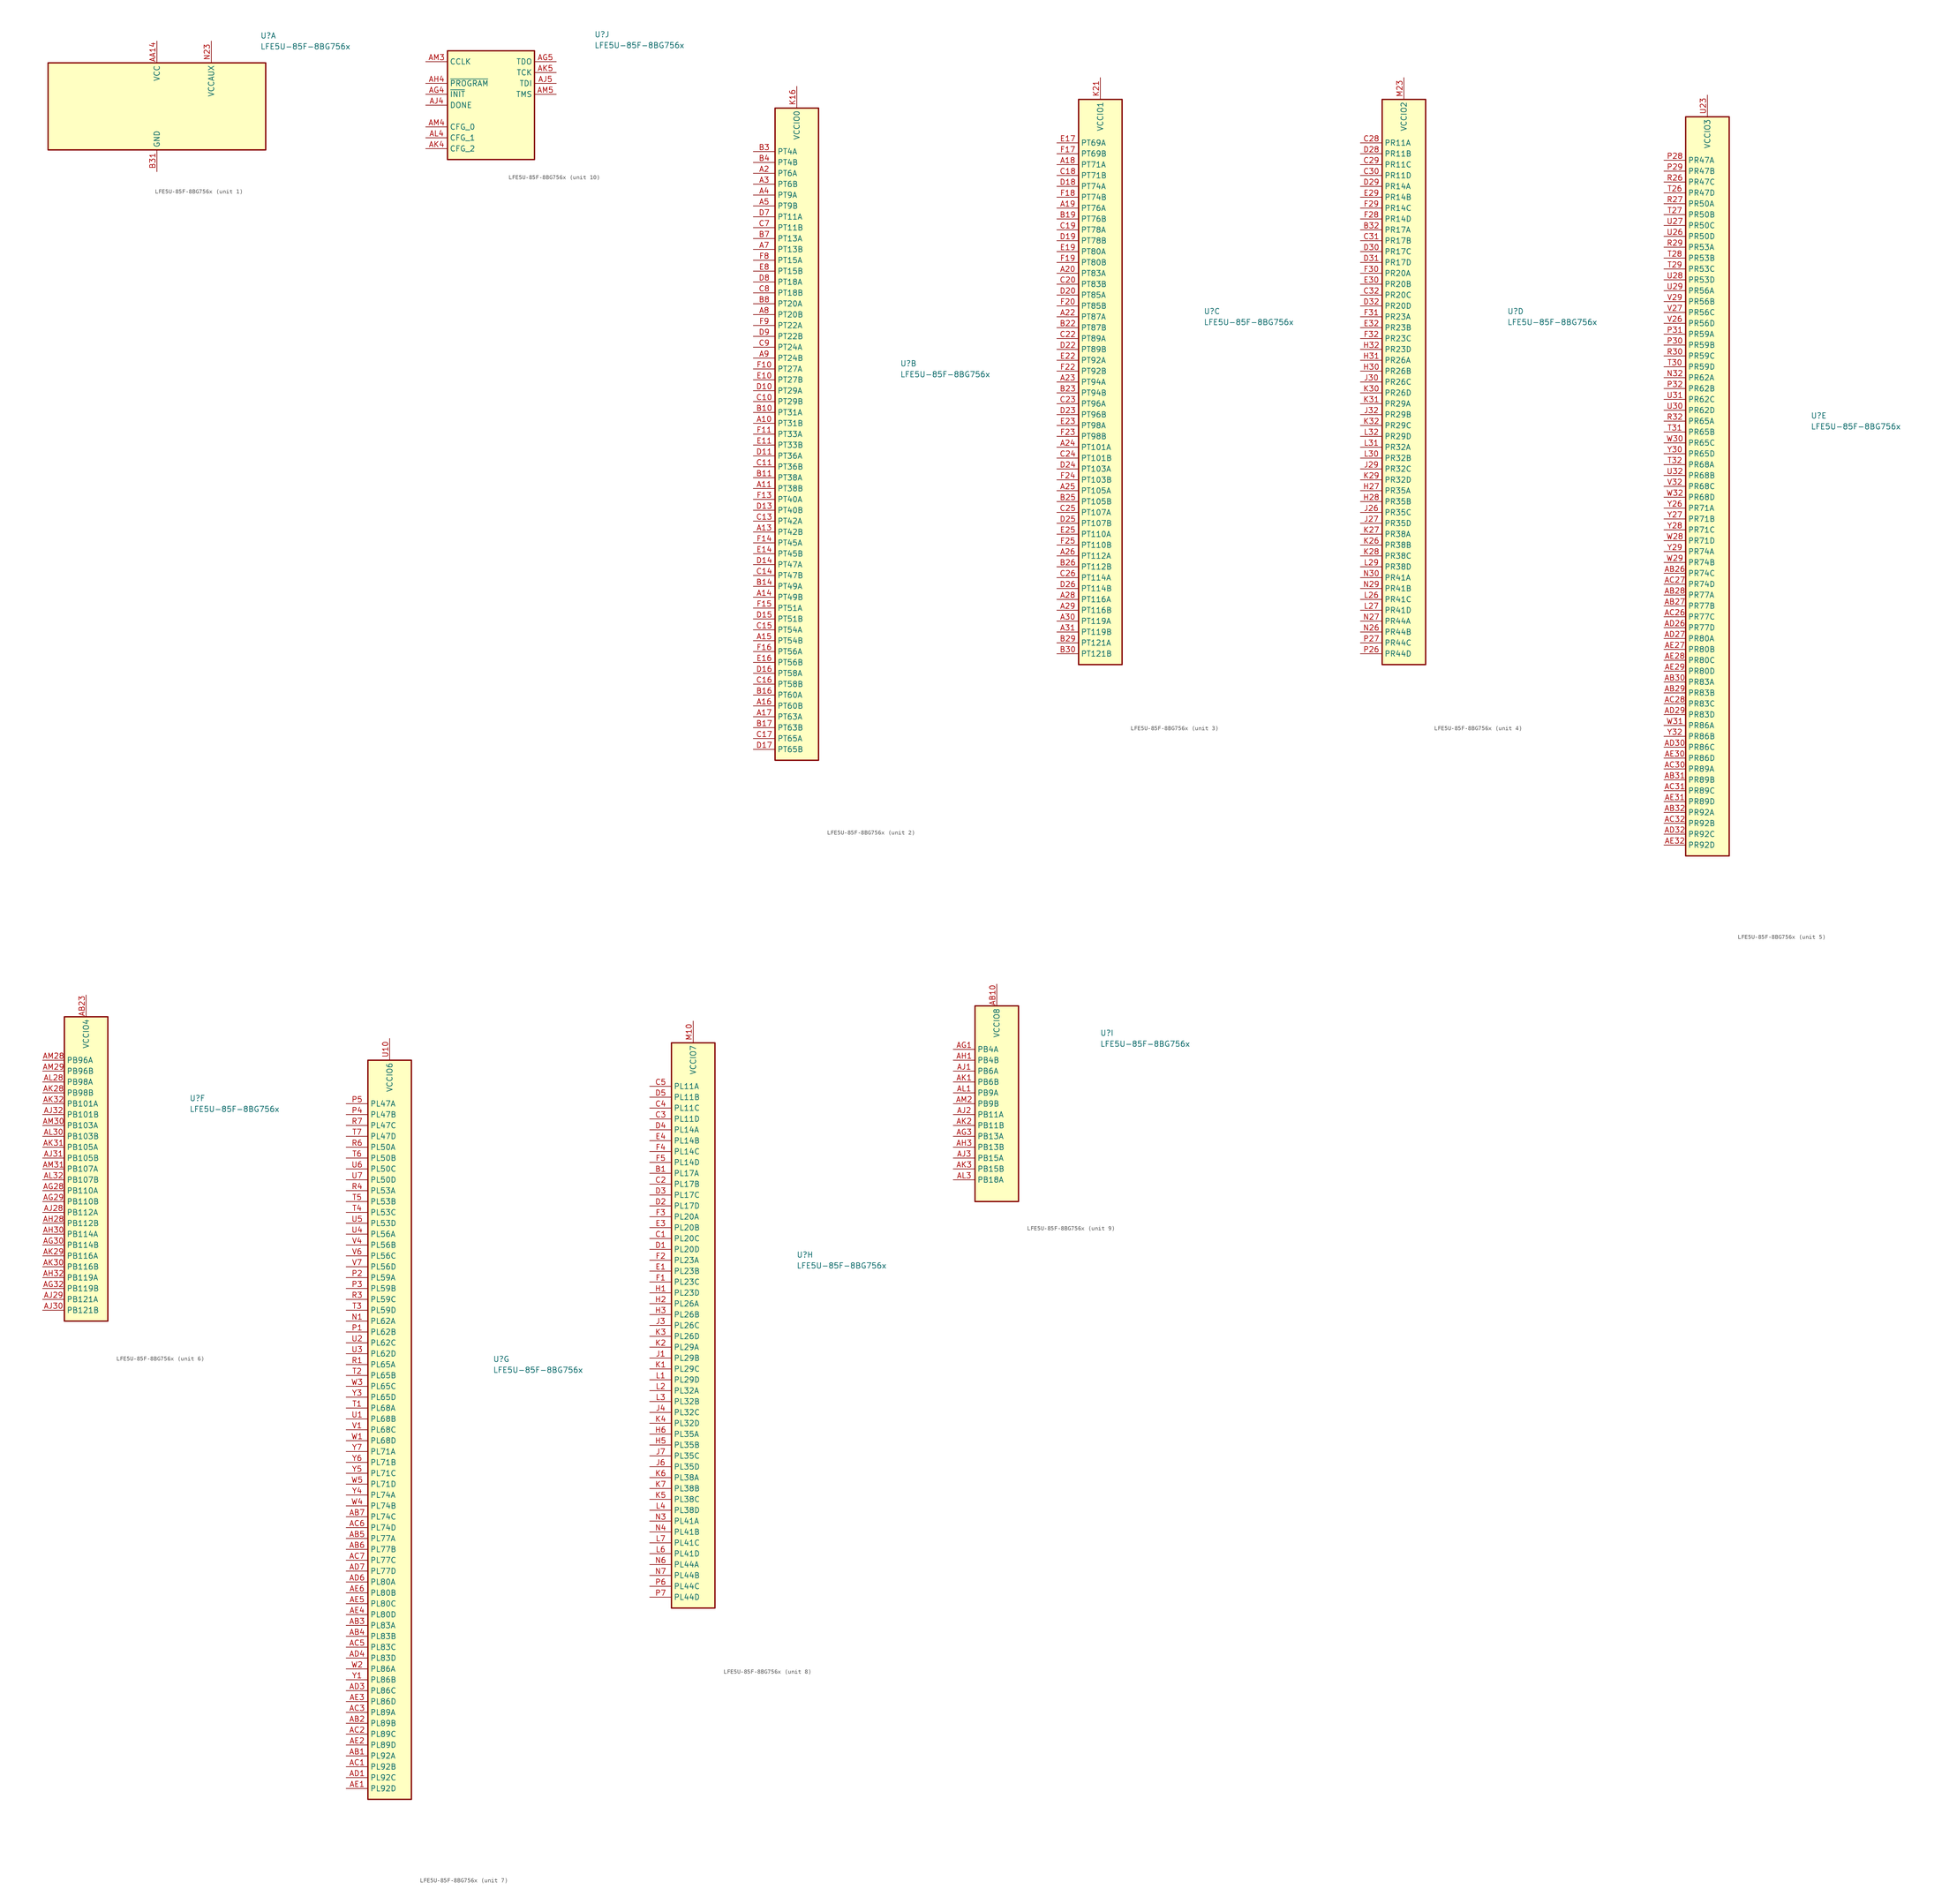
<source format=kicad_sym>
(kicad_symbol_lib
  (version 20201005)
  (generator kicad_symbol_editor)
  (symbol "FPGA_Lattice:LFE5U-85F-8BG756x"
    (property "Reference" "U"
      (at 24.13 16.51 0)
      (effects (font (size 1.27 1.27)) (justify left)))
    (property "Value" "LFE5U-85F-8BG756x"
      (at 24.13 13.97 0)
      (effects (font (size 1.27 1.27)) (justify left)))
    (property "ki_locked" ""
      (at 0 0 0)
      (effects (font (size 1.27 1.27))))
    (symbol "LFE5U-85F-8BG756x_1_1"
      (rectangle (start -25.4 10.16) (end 25.4 -10.16) (stroke (width 0.305)) (fill (type background)))
      (pin passive line (at 0 -15.24 90) (length 5.08) hide (name "GND" (effects (font (size 1.27 1.27)))) (number "AA11" (effects (font (size 1.27 1.27)))))
      (pin passive line (at 0 15.24 270) (length 5.08) hide (name "VCC" (effects (font (size 1.27 1.27)))) (number "AA12" (effects (font (size 1.27 1.27)))))
      (pin passive line (at 0 15.24 270) (length 5.08) hide (name "VCC" (effects (font (size 1.27 1.27)))) (number "AA13" (effects (font (size 1.27 1.27)))))
      (pin power_in line (at 0 15.24 270) (length 5.08) (name "VCC" (effects (font (size 1.27 1.27)))) (number "AA14" (effects (font (size 1.27 1.27)))))
      (pin passive line (at 0 15.24 270) (length 5.08) hide (name "VCC" (effects (font (size 1.27 1.27)))) (number "AA15" (effects (font (size 1.27 1.27)))))
      (pin passive line (at 0 15.24 270) (length 5.08) hide (name "VCC" (effects (font (size 1.27 1.27)))) (number "AA16" (effects (font (size 1.27 1.27)))))
      (pin passive line (at 0 15.24 270) (length 5.08) hide (name "VCC" (effects (font (size 1.27 1.27)))) (number "AA17" (effects (font (size 1.27 1.27)))))
      (pin passive line (at 0 15.24 270) (length 5.08) hide (name "VCC" (effects (font (size 1.27 1.27)))) (number "AA18" (effects (font (size 1.27 1.27)))))
      (pin passive line (at 0 15.24 270) (length 5.08) hide (name "VCC" (effects (font (size 1.27 1.27)))) (number "AA19" (effects (font (size 1.27 1.27)))))
      (pin passive line (at 0 15.24 270) (length 5.08) hide (name "VCC" (effects (font (size 1.27 1.27)))) (number "AA20" (effects (font (size 1.27 1.27)))))
      (pin passive line (at 0 15.24 270) (length 5.08) hide (name "VCC" (effects (font (size 1.27 1.27)))) (number "AA21" (effects (font (size 1.27 1.27)))))
      (pin passive line (at 0 -15.24 90) (length 5.08) hide (name "GND" (effects (font (size 1.27 1.27)))) (number "AA22" (effects (font (size 1.27 1.27)))))
      (pin passive line (at 0 -15.24 90) (length 5.08) hide (name "GND" (effects (font (size 1.27 1.27)))) (number "AB11" (effects (font (size 1.27 1.27)))))
      (pin passive line (at 0 -15.24 90) (length 5.08) hide (name "GND" (effects (font (size 1.27 1.27)))) (number "AB12" (effects (font (size 1.27 1.27)))))
      (pin passive line (at 0 -15.24 90) (length 5.08) hide (name "GND" (effects (font (size 1.27 1.27)))) (number "AB13" (effects (font (size 1.27 1.27)))))
      (pin passive line (at 0 -15.24 90) (length 5.08) hide (name "GND" (effects (font (size 1.27 1.27)))) (number "AB14" (effects (font (size 1.27 1.27)))))
      (pin passive line (at 0 -15.24 90) (length 5.08) hide (name "GND" (effects (font (size 1.27 1.27)))) (number "AB15" (effects (font (size 1.27 1.27)))))
      (pin passive line (at 0 -15.24 90) (length 5.08) hide (name "GND" (effects (font (size 1.27 1.27)))) (number "AB16" (effects (font (size 1.27 1.27)))))
      (pin passive line (at 0 -15.24 90) (length 5.08) hide (name "GND" (effects (font (size 1.27 1.27)))) (number "AB17" (effects (font (size 1.27 1.27)))))
      (pin passive line (at 0 -15.24 90) (length 5.08) hide (name "GND" (effects (font (size 1.27 1.27)))) (number "AB18" (effects (font (size 1.27 1.27)))))
      (pin passive line (at 0 -15.24 90) (length 5.08) hide (name "GND" (effects (font (size 1.27 1.27)))) (number "AB19" (effects (font (size 1.27 1.27)))))
      (pin passive line (at 0 -15.24 90) (length 5.08) hide (name "GND" (effects (font (size 1.27 1.27)))) (number "AB20" (effects (font (size 1.27 1.27)))))
      (pin passive line (at 0 -15.24 90) (length 5.08) hide (name "GND" (effects (font (size 1.27 1.27)))) (number "AB21" (effects (font (size 1.27 1.27)))))
      (pin passive line (at 0 -15.24 90) (length 5.08) hide (name "GND" (effects (font (size 1.27 1.27)))) (number "AB22" (effects (font (size 1.27 1.27)))))
      (pin passive line (at 12.7 15.24 270) (length 5.08) hide (name "VCCAUX" (effects (font (size 1.27 1.27)))) (number "AC11" (effects (font (size 1.27 1.27)))))
      (pin passive line (at 0 -15.24 90) (length 5.08) hide (name "GND" (effects (font (size 1.27 1.27)))) (number "AC12" (effects (font (size 1.27 1.27)))))
      (pin passive line (at 0 -15.24 90) (length 5.08) hide (name "GND" (effects (font (size 1.27 1.27)))) (number "AC13" (effects (font (size 1.27 1.27)))))
      (pin passive line (at 0 -15.24 90) (length 5.08) hide (name "GND" (effects (font (size 1.27 1.27)))) (number "AC14" (effects (font (size 1.27 1.27)))))
      (pin passive line (at 0 -15.24 90) (length 5.08) hide (name "GND" (effects (font (size 1.27 1.27)))) (number "AC15" (effects (font (size 1.27 1.27)))))
      (pin passive line (at 0 -15.24 90) (length 5.08) hide (name "GND" (effects (font (size 1.27 1.27)))) (number "AC16" (effects (font (size 1.27 1.27)))))
      (pin passive line (at 0 -15.24 90) (length 5.08) hide (name "GND" (effects (font (size 1.27 1.27)))) (number "AC17" (effects (font (size 1.27 1.27)))))
      (pin passive line (at 0 -15.24 90) (length 5.08) hide (name "GND" (effects (font (size 1.27 1.27)))) (number "AC18" (effects (font (size 1.27 1.27)))))
      (pin passive line (at 0 -15.24 90) (length 5.08) hide (name "GND" (effects (font (size 1.27 1.27)))) (number "AC19" (effects (font (size 1.27 1.27)))))
      (pin passive line (at 0 -15.24 90) (length 5.08) hide (name "GND" (effects (font (size 1.27 1.27)))) (number "AC20" (effects (font (size 1.27 1.27)))))
      (pin passive line (at 0 -15.24 90) (length 5.08) hide (name "GND" (effects (font (size 1.27 1.27)))) (number "AC21" (effects (font (size 1.27 1.27)))))
      (pin passive line (at 12.7 15.24 270) (length 5.08) hide (name "VCCAUX" (effects (font (size 1.27 1.27)))) (number "AC22" (effects (font (size 1.27 1.27)))))
      (pin no_connect line (at 5.08 -10.16 90) (length 5.08) hide (name "NC" (effects (font (size 1.27 1.27)))) (number "AC29" (effects (font (size 1.27 1.27)))))
      (pin passive line (at 0 -15.24 90) (length 5.08) hide (name "GND" (effects (font (size 1.27 1.27)))) (number "AD2" (effects (font (size 1.27 1.27)))))
      (pin passive line (at 0 -15.24 90) (length 5.08) hide (name "GND" (effects (font (size 1.27 1.27)))) (number "AD28" (effects (font (size 1.27 1.27)))))
      (pin passive line (at 0 -15.24 90) (length 5.08) hide (name "GND" (effects (font (size 1.27 1.27)))) (number "AD31" (effects (font (size 1.27 1.27)))))
      (pin passive line (at 0 -15.24 90) (length 5.08) hide (name "GND" (effects (font (size 1.27 1.27)))) (number "AD5" (effects (font (size 1.27 1.27)))))
      (pin no_connect line (at 22.86 -10.16 90) (length 5.08) hide (name "NC" (effects (font (size 1.27 1.27)))) (number "AE26" (effects (font (size 1.27 1.27)))))
      (pin no_connect line (at 22.86 10.16 270) (length 5.08) hide (name "NC" (effects (font (size 1.27 1.27)))) (number "AE7" (effects (font (size 1.27 1.27)))))
      (pin passive line (at 0 -15.24 90) (length 5.08) hide (name "GND" (effects (font (size 1.27 1.27)))) (number "AF11" (effects (font (size 1.27 1.27)))))
      (pin passive line (at 0 -15.24 90) (length 5.08) hide (name "GND" (effects (font (size 1.27 1.27)))) (number "AF12" (effects (font (size 1.27 1.27)))))
      (pin passive line (at 0 -15.24 90) (length 5.08) hide (name "GND" (effects (font (size 1.27 1.27)))) (number "AF14" (effects (font (size 1.27 1.27)))))
      (pin passive line (at 0 -15.24 90) (length 5.08) hide (name "GND" (effects (font (size 1.27 1.27)))) (number "AF15" (effects (font (size 1.27 1.27)))))
      (pin passive line (at 0 -15.24 90) (length 5.08) hide (name "GND" (effects (font (size 1.27 1.27)))) (number "AF16" (effects (font (size 1.27 1.27)))))
      (pin passive line (at 0 -15.24 90) (length 5.08) hide (name "GND" (effects (font (size 1.27 1.27)))) (number "AF17" (effects (font (size 1.27 1.27)))))
      (pin passive line (at 0 -15.24 90) (length 5.08) hide (name "GND" (effects (font (size 1.27 1.27)))) (number "AF19" (effects (font (size 1.27 1.27)))))
      (pin passive line (at 0 -15.24 90) (length 5.08) hide (name "GND" (effects (font (size 1.27 1.27)))) (number "AF20" (effects (font (size 1.27 1.27)))))
      (pin passive line (at 0 -15.24 90) (length 5.08) hide (name "GND" (effects (font (size 1.27 1.27)))) (number "AF22" (effects (font (size 1.27 1.27)))))
      (pin passive line (at 0 -15.24 90) (length 5.08) hide (name "GND" (effects (font (size 1.27 1.27)))) (number "AF23" (effects (font (size 1.27 1.27)))))
      (pin passive line (at 0 -15.24 90) (length 5.08) hide (name "GND" (effects (font (size 1.27 1.27)))) (number "AG11" (effects (font (size 1.27 1.27)))))
      (pin passive line (at 0 -15.24 90) (length 5.08) hide (name "GND" (effects (font (size 1.27 1.27)))) (number "AG12" (effects (font (size 1.27 1.27)))))
      (pin passive line (at 0 -15.24 90) (length 5.08) hide (name "GND" (effects (font (size 1.27 1.27)))) (number "AG14" (effects (font (size 1.27 1.27)))))
      (pin passive line (at 0 -15.24 90) (length 5.08) hide (name "GND" (effects (font (size 1.27 1.27)))) (number "AG15" (effects (font (size 1.27 1.27)))))
      (pin passive line (at 0 -15.24 90) (length 5.08) hide (name "GND" (effects (font (size 1.27 1.27)))) (number "AG16" (effects (font (size 1.27 1.27)))))
      (pin passive line (at 0 -15.24 90) (length 5.08) hide (name "GND" (effects (font (size 1.27 1.27)))) (number "AG17" (effects (font (size 1.27 1.27)))))
      (pin passive line (at 0 -15.24 90) (length 5.08) hide (name "GND" (effects (font (size 1.27 1.27)))) (number "AG19" (effects (font (size 1.27 1.27)))))
      (pin passive line (at 0 -15.24 90) (length 5.08) hide (name "GND" (effects (font (size 1.27 1.27)))) (number "AG20" (effects (font (size 1.27 1.27)))))
      (pin passive line (at 0 -15.24 90) (length 5.08) hide (name "GND" (effects (font (size 1.27 1.27)))) (number "AG22" (effects (font (size 1.27 1.27)))))
      (pin passive line (at 0 -15.24 90) (length 5.08) hide (name "GND" (effects (font (size 1.27 1.27)))) (number "AG23" (effects (font (size 1.27 1.27)))))
      (pin no_connect line (at -17.78 -10.16 90) (length 5.08) hide (name "NC" (effects (font (size 1.27 1.27)))) (number "AG24" (effects (font (size 1.27 1.27)))))
      (pin no_connect line (at 17.78 -10.16 90) (length 5.08) hide (name "NC" (effects (font (size 1.27 1.27)))) (number "AG31" (effects (font (size 1.27 1.27)))))
      (pin passive line (at 0 -15.24 90) (length 5.08) hide (name "GND" (effects (font (size 1.27 1.27)))) (number "AG9" (effects (font (size 1.27 1.27)))))
      (pin passive line (at 0 -15.24 90) (length 5.08) hide (name "GND" (effects (font (size 1.27 1.27)))) (number "AH11" (effects (font (size 1.27 1.27)))))
      (pin passive line (at 0 -15.24 90) (length 5.08) hide (name "GND" (effects (font (size 1.27 1.27)))) (number "AH12" (effects (font (size 1.27 1.27)))))
      (pin passive line (at 0 -15.24 90) (length 5.08) hide (name "GND" (effects (font (size 1.27 1.27)))) (number "AH14" (effects (font (size 1.27 1.27)))))
      (pin passive line (at 0 -15.24 90) (length 5.08) hide (name "GND" (effects (font (size 1.27 1.27)))) (number "AH15" (effects (font (size 1.27 1.27)))))
      (pin passive line (at 0 -15.24 90) (length 5.08) hide (name "GND" (effects (font (size 1.27 1.27)))) (number "AH16" (effects (font (size 1.27 1.27)))))
      (pin passive line (at 0 -15.24 90) (length 5.08) hide (name "GND" (effects (font (size 1.27 1.27)))) (number "AH17" (effects (font (size 1.27 1.27)))))
      (pin passive line (at 0 -15.24 90) (length 5.08) hide (name "GND" (effects (font (size 1.27 1.27)))) (number "AH19" (effects (font (size 1.27 1.27)))))
      (pin passive line (at 0 -15.24 90) (length 5.08) hide (name "GND" (effects (font (size 1.27 1.27)))) (number "AH2" (effects (font (size 1.27 1.27)))))
      (pin passive line (at 0 -15.24 90) (length 5.08) hide (name "GND" (effects (font (size 1.27 1.27)))) (number "AH20" (effects (font (size 1.27 1.27)))))
      (pin passive line (at 0 -15.24 90) (length 5.08) hide (name "GND" (effects (font (size 1.27 1.27)))) (number "AH22" (effects (font (size 1.27 1.27)))))
      (pin passive line (at 0 -15.24 90) (length 5.08) hide (name "GND" (effects (font (size 1.27 1.27)))) (number "AH23" (effects (font (size 1.27 1.27)))))
      (pin passive line (at 0 -15.24 90) (length 5.08) hide (name "GND" (effects (font (size 1.27 1.27)))) (number "AH24" (effects (font (size 1.27 1.27)))))
      (pin passive line (at 0 -15.24 90) (length 5.08) hide (name "GND" (effects (font (size 1.27 1.27)))) (number "AH25" (effects (font (size 1.27 1.27)))))
      (pin passive line (at 0 -15.24 90) (length 5.08) hide (name "GND" (effects (font (size 1.27 1.27)))) (number "AH26" (effects (font (size 1.27 1.27)))))
      (pin passive line (at 0 -15.24 90) (length 5.08) hide (name "GND" (effects (font (size 1.27 1.27)))) (number "AH29" (effects (font (size 1.27 1.27)))))
      (pin passive line (at 0 -15.24 90) (length 5.08) hide (name "GND" (effects (font (size 1.27 1.27)))) (number "AH31" (effects (font (size 1.27 1.27)))))
      (pin passive line (at 0 -15.24 90) (length 5.08) hide (name "GND" (effects (font (size 1.27 1.27)))) (number "AH5" (effects (font (size 1.27 1.27)))))
      (pin passive line (at 0 -15.24 90) (length 5.08) hide (name "GND" (effects (font (size 1.27 1.27)))) (number "AH7" (effects (font (size 1.27 1.27)))))
      (pin passive line (at 0 -15.24 90) (length 5.08) hide (name "GND" (effects (font (size 1.27 1.27)))) (number "AH8" (effects (font (size 1.27 1.27)))))
      (pin passive line (at 0 -15.24 90) (length 5.08) hide (name "GND" (effects (font (size 1.27 1.27)))) (number "AH9" (effects (font (size 1.27 1.27)))))
      (pin passive line (at 0 -15.24 90) (length 5.08) hide (name "GND" (effects (font (size 1.27 1.27)))) (number "AJ10" (effects (font (size 1.27 1.27)))))
      (pin passive line (at 0 -15.24 90) (length 5.08) hide (name "GND" (effects (font (size 1.27 1.27)))) (number "AJ11" (effects (font (size 1.27 1.27)))))
      (pin passive line (at 0 -15.24 90) (length 5.08) hide (name "GND" (effects (font (size 1.27 1.27)))) (number "AJ12" (effects (font (size 1.27 1.27)))))
      (pin passive line (at 0 -15.24 90) (length 5.08) hide (name "GND" (effects (font (size 1.27 1.27)))) (number "AJ13" (effects (font (size 1.27 1.27)))))
      (pin passive line (at 0 -15.24 90) (length 5.08) hide (name "GND" (effects (font (size 1.27 1.27)))) (number "AJ14" (effects (font (size 1.27 1.27)))))
      (pin passive line (at 0 -15.24 90) (length 5.08) hide (name "GND" (effects (font (size 1.27 1.27)))) (number "AJ15" (effects (font (size 1.27 1.27)))))
      (pin passive line (at 0 -15.24 90) (length 5.08) hide (name "GND" (effects (font (size 1.27 1.27)))) (number "AJ16" (effects (font (size 1.27 1.27)))))
      (pin passive line (at 0 -15.24 90) (length 5.08) hide (name "GND" (effects (font (size 1.27 1.27)))) (number "AJ17" (effects (font (size 1.27 1.27)))))
      (pin passive line (at 0 -15.24 90) (length 5.08) hide (name "GND" (effects (font (size 1.27 1.27)))) (number "AJ18" (effects (font (size 1.27 1.27)))))
      (pin passive line (at 0 -15.24 90) (length 5.08) hide (name "GND" (effects (font (size 1.27 1.27)))) (number "AJ19" (effects (font (size 1.27 1.27)))))
      (pin passive line (at 0 -15.24 90) (length 5.08) hide (name "GND" (effects (font (size 1.27 1.27)))) (number "AJ20" (effects (font (size 1.27 1.27)))))
      (pin passive line (at 0 -15.24 90) (length 5.08) hide (name "GND" (effects (font (size 1.27 1.27)))) (number "AJ21" (effects (font (size 1.27 1.27)))))
      (pin passive line (at 0 -15.24 90) (length 5.08) hide (name "GND" (effects (font (size 1.27 1.27)))) (number "AJ22" (effects (font (size 1.27 1.27)))))
      (pin passive line (at 0 -15.24 90) (length 5.08) hide (name "GND" (effects (font (size 1.27 1.27)))) (number "AJ23" (effects (font (size 1.27 1.27)))))
      (pin passive line (at 0 -15.24 90) (length 5.08) hide (name "GND" (effects (font (size 1.27 1.27)))) (number "AJ24" (effects (font (size 1.27 1.27)))))
      (pin passive line (at 0 -15.24 90) (length 5.08) hide (name "GND" (effects (font (size 1.27 1.27)))) (number "AJ25" (effects (font (size 1.27 1.27)))))
      (pin passive line (at 0 -15.24 90) (length 5.08) hide (name "GND" (effects (font (size 1.27 1.27)))) (number "AJ26" (effects (font (size 1.27 1.27)))))
      (pin passive line (at 0 -15.24 90) (length 5.08) hide (name "GND" (effects (font (size 1.27 1.27)))) (number "AJ7" (effects (font (size 1.27 1.27)))))
      (pin passive line (at 0 -15.24 90) (length 5.08) hide (name "GND" (effects (font (size 1.27 1.27)))) (number "AJ8" (effects (font (size 1.27 1.27)))))
      (pin passive line (at 0 -15.24 90) (length 5.08) hide (name "GND" (effects (font (size 1.27 1.27)))) (number "AJ9" (effects (font (size 1.27 1.27)))))
      (pin no_connect line (at -25.4 0 0) (length 5.08) hide (name "RESERVED" (effects (font (size 1.27 1.27)))) (number "AK10" (effects (font (size 1.27 1.27)))))
      (pin passive line (at 0 -15.24 90) (length 5.08) hide (name "GND" (effects (font (size 1.27 1.27)))) (number "AK11" (effects (font (size 1.27 1.27)))))
      (pin no_connect line (at -25.4 -2.54 0) (length 5.08) hide (name "RESERVED" (effects (font (size 1.27 1.27)))) (number "AK12" (effects (font (size 1.27 1.27)))))
      (pin no_connect line (at -25.4 -5.08 0) (length 5.08) hide (name "RESERVED" (effects (font (size 1.27 1.27)))) (number "AK13" (effects (font (size 1.27 1.27)))))
      (pin passive line (at 0 -15.24 90) (length 5.08) hide (name "GND" (effects (font (size 1.27 1.27)))) (number "AK14" (effects (font (size 1.27 1.27)))))
      (pin passive line (at 0 -15.24 90) (length 5.08) hide (name "GND" (effects (font (size 1.27 1.27)))) (number "AK17" (effects (font (size 1.27 1.27)))))
      (pin no_connect line (at 25.4 2.54 180) (length 5.08) hide (name "RESERVED" (effects (font (size 1.27 1.27)))) (number "AK18" (effects (font (size 1.27 1.27)))))
      (pin no_connect line (at 25.4 0 180) (length 5.08) hide (name "RESERVED" (effects (font (size 1.27 1.27)))) (number "AK19" (effects (font (size 1.27 1.27)))))
      (pin passive line (at 0 -15.24 90) (length 5.08) hide (name "GND" (effects (font (size 1.27 1.27)))) (number "AK20" (effects (font (size 1.27 1.27)))))
      (pin no_connect line (at 25.4 -2.54 180) (length 5.08) hide (name "RESERVED" (effects (font (size 1.27 1.27)))) (number "AK21" (effects (font (size 1.27 1.27)))))
      (pin no_connect line (at 25.4 -5.08 180) (length 5.08) hide (name "RESERVED" (effects (font (size 1.27 1.27)))) (number "AK22" (effects (font (size 1.27 1.27)))))
      (pin passive line (at 0 -15.24 90) (length 5.08) hide (name "GND" (effects (font (size 1.27 1.27)))) (number "AK23" (effects (font (size 1.27 1.27)))))
      (pin passive line (at 0 -15.24 90) (length 5.08) hide (name "GND" (effects (font (size 1.27 1.27)))) (number "AK26" (effects (font (size 1.27 1.27)))))
      (pin passive line (at 0 -15.24 90) (length 5.08) hide (name "GND" (effects (font (size 1.27 1.27)))) (number "AK7" (effects (font (size 1.27 1.27)))))
      (pin passive line (at 0 -15.24 90) (length 5.08) hide (name "GND" (effects (font (size 1.27 1.27)))) (number "AK8" (effects (font (size 1.27 1.27)))))
      (pin no_connect line (at -25.4 2.54 0) (length 5.08) hide (name "RESERVED" (effects (font (size 1.27 1.27)))) (number "AK9" (effects (font (size 1.27 1.27)))))
      (pin passive line (at 0 -15.24 90) (length 5.08) hide (name "GND" (effects (font (size 1.27 1.27)))) (number "AL11" (effects (font (size 1.27 1.27)))))
      (pin passive line (at 0 -15.24 90) (length 5.08) hide (name "GND" (effects (font (size 1.27 1.27)))) (number "AL12" (effects (font (size 1.27 1.27)))))
      (pin passive line (at 0 -15.24 90) (length 5.08) hide (name "GND" (effects (font (size 1.27 1.27)))) (number "AL14" (effects (font (size 1.27 1.27)))))
      (pin passive line (at 0 -15.24 90) (length 5.08) hide (name "GND" (effects (font (size 1.27 1.27)))) (number "AL15" (effects (font (size 1.27 1.27)))))
      (pin passive line (at 0 -15.24 90) (length 5.08) hide (name "GND" (effects (font (size 1.27 1.27)))) (number "AL17" (effects (font (size 1.27 1.27)))))
      (pin passive line (at 0 -15.24 90) (length 5.08) hide (name "GND" (effects (font (size 1.27 1.27)))) (number "AL18" (effects (font (size 1.27 1.27)))))
      (pin passive line (at 0 -15.24 90) (length 5.08) hide (name "GND" (effects (font (size 1.27 1.27)))) (number "AL2" (effects (font (size 1.27 1.27)))))
      (pin passive line (at 0 -15.24 90) (length 5.08) hide (name "GND" (effects (font (size 1.27 1.27)))) (number "AL20" (effects (font (size 1.27 1.27)))))
      (pin passive line (at 0 -15.24 90) (length 5.08) hide (name "GND" (effects (font (size 1.27 1.27)))) (number "AL21" (effects (font (size 1.27 1.27)))))
      (pin passive line (at 0 -15.24 90) (length 5.08) hide (name "GND" (effects (font (size 1.27 1.27)))) (number "AL23" (effects (font (size 1.27 1.27)))))
      (pin passive line (at 0 -15.24 90) (length 5.08) hide (name "GND" (effects (font (size 1.27 1.27)))) (number "AL24" (effects (font (size 1.27 1.27)))))
      (pin passive line (at 0 -15.24 90) (length 5.08) hide (name "GND" (effects (font (size 1.27 1.27)))) (number "AL26" (effects (font (size 1.27 1.27)))))
      (pin passive line (at 0 -15.24 90) (length 5.08) hide (name "GND" (effects (font (size 1.27 1.27)))) (number "AL29" (effects (font (size 1.27 1.27)))))
      (pin passive line (at 0 -15.24 90) (length 5.08) hide (name "GND" (effects (font (size 1.27 1.27)))) (number "AL31" (effects (font (size 1.27 1.27)))))
      (pin passive line (at 0 -15.24 90) (length 5.08) hide (name "GND" (effects (font (size 1.27 1.27)))) (number "AL5" (effects (font (size 1.27 1.27)))))
      (pin passive line (at 0 -15.24 90) (length 5.08) hide (name "GND" (effects (font (size 1.27 1.27)))) (number "AL7" (effects (font (size 1.27 1.27)))))
      (pin passive line (at 0 -15.24 90) (length 5.08) hide (name "GND" (effects (font (size 1.27 1.27)))) (number "AL8" (effects (font (size 1.27 1.27)))))
      (pin passive line (at 0 -15.24 90) (length 5.08) hide (name "GND" (effects (font (size 1.27 1.27)))) (number "AL9" (effects (font (size 1.27 1.27)))))
      (pin passive line (at 0 -15.24 90) (length 5.08) hide (name "GND" (effects (font (size 1.27 1.27)))) (number "AM11" (effects (font (size 1.27 1.27)))))
      (pin passive line (at 0 -15.24 90) (length 5.08) hide (name "GND" (effects (font (size 1.27 1.27)))) (number "AM12" (effects (font (size 1.27 1.27)))))
      (pin passive line (at 0 -15.24 90) (length 5.08) hide (name "GND" (effects (font (size 1.27 1.27)))) (number "AM14" (effects (font (size 1.27 1.27)))))
      (pin passive line (at 0 -15.24 90) (length 5.08) hide (name "GND" (effects (font (size 1.27 1.27)))) (number "AM15" (effects (font (size 1.27 1.27)))))
      (pin passive line (at 0 -15.24 90) (length 5.08) hide (name "GND" (effects (font (size 1.27 1.27)))) (number "AM17" (effects (font (size 1.27 1.27)))))
      (pin passive line (at 0 -15.24 90) (length 5.08) hide (name "GND" (effects (font (size 1.27 1.27)))) (number "AM18" (effects (font (size 1.27 1.27)))))
      (pin passive line (at 0 -15.24 90) (length 5.08) hide (name "GND" (effects (font (size 1.27 1.27)))) (number "AM20" (effects (font (size 1.27 1.27)))))
      (pin passive line (at 0 -15.24 90) (length 5.08) hide (name "GND" (effects (font (size 1.27 1.27)))) (number "AM21" (effects (font (size 1.27 1.27)))))
      (pin passive line (at 0 -15.24 90) (length 5.08) hide (name "GND" (effects (font (size 1.27 1.27)))) (number "AM23" (effects (font (size 1.27 1.27)))))
      (pin passive line (at 0 -15.24 90) (length 5.08) hide (name "GND" (effects (font (size 1.27 1.27)))) (number "AM24" (effects (font (size 1.27 1.27)))))
      (pin passive line (at 0 -15.24 90) (length 5.08) hide (name "GND" (effects (font (size 1.27 1.27)))) (number "AM26" (effects (font (size 1.27 1.27)))))
      (pin passive line (at 0 -15.24 90) (length 5.08) hide (name "GND" (effects (font (size 1.27 1.27)))) (number "AM7" (effects (font (size 1.27 1.27)))))
      (pin passive line (at 0 -15.24 90) (length 5.08) hide (name "GND" (effects (font (size 1.27 1.27)))) (number "AM8" (effects (font (size 1.27 1.27)))))
      (pin passive line (at 0 -15.24 90) (length 5.08) hide (name "GND" (effects (font (size 1.27 1.27)))) (number "AM9" (effects (font (size 1.27 1.27)))))
      (pin passive line (at 0 -15.24 90) (length 5.08) hide (name "GND" (effects (font (size 1.27 1.27)))) (number "B13" (effects (font (size 1.27 1.27)))))
      (pin passive line (at 0 -15.24 90) (length 5.08) hide (name "GND" (effects (font (size 1.27 1.27)))) (number "B15" (effects (font (size 1.27 1.27)))))
      (pin passive line (at 0 -15.24 90) (length 5.08) hide (name "GND" (effects (font (size 1.27 1.27)))) (number "B18" (effects (font (size 1.27 1.27)))))
      (pin passive line (at 0 -15.24 90) (length 5.08) hide (name "GND" (effects (font (size 1.27 1.27)))) (number "B2" (effects (font (size 1.27 1.27)))))
      (pin passive line (at 0 -15.24 90) (length 5.08) hide (name "GND" (effects (font (size 1.27 1.27)))) (number "B20" (effects (font (size 1.27 1.27)))))
      (pin passive line (at 0 -15.24 90) (length 5.08) hide (name "GND" (effects (font (size 1.27 1.27)))) (number "B24" (effects (font (size 1.27 1.27)))))
      (pin passive line (at 0 -15.24 90) (length 5.08) hide (name "GND" (effects (font (size 1.27 1.27)))) (number "B28" (effects (font (size 1.27 1.27)))))
      (pin power_in line (at 0 -15.24 90) (length 5.08) (name "GND" (effects (font (size 1.27 1.27)))) (number "B31" (effects (font (size 1.27 1.27)))))
      (pin passive line (at 0 -15.24 90) (length 5.08) hide (name "GND" (effects (font (size 1.27 1.27)))) (number "B5" (effects (font (size 1.27 1.27)))))
      (pin passive line (at 0 -15.24 90) (length 5.08) hide (name "GND" (effects (font (size 1.27 1.27)))) (number "B9" (effects (font (size 1.27 1.27)))))
      (pin passive line (at 0 -15.24 90) (length 5.08) hide (name "GND" (effects (font (size 1.27 1.27)))) (number "E13" (effects (font (size 1.27 1.27)))))
      (pin passive line (at 0 -15.24 90) (length 5.08) hide (name "GND" (effects (font (size 1.27 1.27)))) (number "E15" (effects (font (size 1.27 1.27)))))
      (pin passive line (at 0 -15.24 90) (length 5.08) hide (name "GND" (effects (font (size 1.27 1.27)))) (number "E18" (effects (font (size 1.27 1.27)))))
      (pin passive line (at 0 -15.24 90) (length 5.08) hide (name "GND" (effects (font (size 1.27 1.27)))) (number "E2" (effects (font (size 1.27 1.27)))))
      (pin passive line (at 0 -15.24 90) (length 5.08) hide (name "GND" (effects (font (size 1.27 1.27)))) (number "E20" (effects (font (size 1.27 1.27)))))
      (pin passive line (at 0 -15.24 90) (length 5.08) hide (name "GND" (effects (font (size 1.27 1.27)))) (number "E24" (effects (font (size 1.27 1.27)))))
      (pin no_connect line (at 15.24 10.16 270) (length 5.08) hide (name "NC" (effects (font (size 1.27 1.27)))) (number "E26" (effects (font (size 1.27 1.27)))))
      (pin passive line (at 0 -15.24 90) (length 5.08) hide (name "GND" (effects (font (size 1.27 1.27)))) (number "E28" (effects (font (size 1.27 1.27)))))
      (pin passive line (at 0 -15.24 90) (length 5.08) hide (name "GND" (effects (font (size 1.27 1.27)))) (number "E31" (effects (font (size 1.27 1.27)))))
      (pin passive line (at 0 -15.24 90) (length 5.08) hide (name "GND" (effects (font (size 1.27 1.27)))) (number "E5" (effects (font (size 1.27 1.27)))))
      (pin no_connect line (at 2.54 10.16 270) (length 5.08) hide (name "NC" (effects (font (size 1.27 1.27)))) (number "E7" (effects (font (size 1.27 1.27)))))
      (pin passive line (at 0 -15.24 90) (length 5.08) hide (name "GND" (effects (font (size 1.27 1.27)))) (number "E9" (effects (font (size 1.27 1.27)))))
      (pin no_connect line (at 20.32 -10.16 90) (length 5.08) hide (name "NC" (effects (font (size 1.27 1.27)))) (number "G10" (effects (font (size 1.27 1.27)))))
      (pin no_connect line (at 2.54 -10.16 90) (length 5.08) hide (name "NC" (effects (font (size 1.27 1.27)))) (number "G11" (effects (font (size 1.27 1.27)))))
      (pin no_connect line (at -20.32 -10.16 90) (length 5.08) hide (name "NC" (effects (font (size 1.27 1.27)))) (number "G14" (effects (font (size 1.27 1.27)))))
      (pin no_connect line (at -22.86 -10.16 90) (length 5.08) hide (name "NC" (effects (font (size 1.27 1.27)))) (number "G15" (effects (font (size 1.27 1.27)))))
      (pin no_connect line (at -2.54 -10.16 90) (length 5.08) hide (name "NC" (effects (font (size 1.27 1.27)))) (number "G16" (effects (font (size 1.27 1.27)))))
      (pin no_connect line (at -5.08 -10.16 90) (length 5.08) hide (name "NC" (effects (font (size 1.27 1.27)))) (number "G17" (effects (font (size 1.27 1.27)))))
      (pin no_connect line (at -7.62 -10.16 90) (length 5.08) hide (name "NC" (effects (font (size 1.27 1.27)))) (number "G18" (effects (font (size 1.27 1.27)))))
      (pin no_connect line (at -10.16 -10.16 90) (length 5.08) hide (name "NC" (effects (font (size 1.27 1.27)))) (number "G19" (effects (font (size 1.27 1.27)))))
      (pin no_connect line (at -12.7 -10.16 90) (length 5.08) hide (name "NC" (effects (font (size 1.27 1.27)))) (number "G22" (effects (font (size 1.27 1.27)))))
      (pin no_connect line (at -15.24 -10.16 90) (length 5.08) hide (name "NC" (effects (font (size 1.27 1.27)))) (number "G23" (effects (font (size 1.27 1.27)))))
      (pin no_connect line (at 10.16 10.16 270) (length 5.08) hide (name "NC" (effects (font (size 1.27 1.27)))) (number "G24" (effects (font (size 1.27 1.27)))))
      (pin no_connect line (at -2.54 10.16 270) (length 5.08) hide (name "NC" (effects (font (size 1.27 1.27)))) (number "G9" (effects (font (size 1.27 1.27)))))
      (pin no_connect line (at 12.7 -10.16 90) (length 5.08) hide (name "NC" (effects (font (size 1.27 1.27)))) (number "H29" (effects (font (size 1.27 1.27)))))
      (pin passive line (at 0 -15.24 90) (length 5.08) hide (name "GND" (effects (font (size 1.27 1.27)))) (number "J2" (effects (font (size 1.27 1.27)))))
      (pin passive line (at 0 -15.24 90) (length 5.08) hide (name "GND" (effects (font (size 1.27 1.27)))) (number "J28" (effects (font (size 1.27 1.27)))))
      (pin passive line (at 0 -15.24 90) (length 5.08) hide (name "GND" (effects (font (size 1.27 1.27)))) (number "J31" (effects (font (size 1.27 1.27)))))
      (pin passive line (at 0 -15.24 90) (length 5.08) hide (name "GND" (effects (font (size 1.27 1.27)))) (number "J5" (effects (font (size 1.27 1.27)))))
      (pin passive line (at 0 -15.24 90) (length 5.08) hide (name "GND" (effects (font (size 1.27 1.27)))) (number "K10" (effects (font (size 1.27 1.27)))))
      (pin passive line (at 0 -15.24 90) (length 5.08) hide (name "GND" (effects (font (size 1.27 1.27)))) (number "K11" (effects (font (size 1.27 1.27)))))
      (pin passive line (at 12.7 15.24 270) (length 5.08) hide (name "VCCAUX" (effects (font (size 1.27 1.27)))) (number "K13" (effects (font (size 1.27 1.27)))))
      (pin passive line (at 12.7 15.24 270) (length 5.08) hide (name "VCCAUX" (effects (font (size 1.27 1.27)))) (number "K20" (effects (font (size 1.27 1.27)))))
      (pin passive line (at 0 -15.24 90) (length 5.08) hide (name "GND" (effects (font (size 1.27 1.27)))) (number "K22" (effects (font (size 1.27 1.27)))))
      (pin passive line (at 0 -15.24 90) (length 5.08) hide (name "GND" (effects (font (size 1.27 1.27)))) (number "K23" (effects (font (size 1.27 1.27)))))
      (pin passive line (at 0 -15.24 90) (length 5.08) hide (name "GND" (effects (font (size 1.27 1.27)))) (number "L10" (effects (font (size 1.27 1.27)))))
      (pin passive line (at 0 -15.24 90) (length 5.08) hide (name "GND" (effects (font (size 1.27 1.27)))) (number "L11" (effects (font (size 1.27 1.27)))))
      (pin passive line (at 0 -15.24 90) (length 5.08) hide (name "GND" (effects (font (size 1.27 1.27)))) (number "L12" (effects (font (size 1.27 1.27)))))
      (pin passive line (at 0 -15.24 90) (length 5.08) hide (name "GND" (effects (font (size 1.27 1.27)))) (number "L13" (effects (font (size 1.27 1.27)))))
      (pin passive line (at 0 -15.24 90) (length 5.08) hide (name "GND" (effects (font (size 1.27 1.27)))) (number "L14" (effects (font (size 1.27 1.27)))))
      (pin passive line (at 0 -15.24 90) (length 5.08) hide (name "GND" (effects (font (size 1.27 1.27)))) (number "L15" (effects (font (size 1.27 1.27)))))
      (pin passive line (at 0 -15.24 90) (length 5.08) hide (name "GND" (effects (font (size 1.27 1.27)))) (number "L16" (effects (font (size 1.27 1.27)))))
      (pin passive line (at 0 -15.24 90) (length 5.08) hide (name "GND" (effects (font (size 1.27 1.27)))) (number "L17" (effects (font (size 1.27 1.27)))))
      (pin passive line (at 0 -15.24 90) (length 5.08) hide (name "GND" (effects (font (size 1.27 1.27)))) (number "L18" (effects (font (size 1.27 1.27)))))
      (pin passive line (at 0 -15.24 90) (length 5.08) hide (name "GND" (effects (font (size 1.27 1.27)))) (number "L19" (effects (font (size 1.27 1.27)))))
      (pin passive line (at 0 -15.24 90) (length 5.08) hide (name "GND" (effects (font (size 1.27 1.27)))) (number "L20" (effects (font (size 1.27 1.27)))))
      (pin passive line (at 0 -15.24 90) (length 5.08) hide (name "GND" (effects (font (size 1.27 1.27)))) (number "L21" (effects (font (size 1.27 1.27)))))
      (pin passive line (at 0 -15.24 90) (length 5.08) hide (name "GND" (effects (font (size 1.27 1.27)))) (number "L22" (effects (font (size 1.27 1.27)))))
      (pin passive line (at 0 -15.24 90) (length 5.08) hide (name "GND" (effects (font (size 1.27 1.27)))) (number "L23" (effects (font (size 1.27 1.27)))))
      (pin no_connect line (at 7.62 -10.16 90) (length 5.08) hide (name "NC" (effects (font (size 1.27 1.27)))) (number "L28" (effects (font (size 1.27 1.27)))))
      (pin passive line (at 0 -15.24 90) (length 5.08) hide (name "GND" (effects (font (size 1.27 1.27)))) (number "M11" (effects (font (size 1.27 1.27)))))
      (pin passive line (at 0 15.24 270) (length 5.08) hide (name "VCC" (effects (font (size 1.27 1.27)))) (number "M12" (effects (font (size 1.27 1.27)))))
      (pin passive line (at 0 15.24 270) (length 5.08) hide (name "VCC" (effects (font (size 1.27 1.27)))) (number "M13" (effects (font (size 1.27 1.27)))))
      (pin passive line (at 0 15.24 270) (length 5.08) hide (name "VCC" (effects (font (size 1.27 1.27)))) (number "M14" (effects (font (size 1.27 1.27)))))
      (pin passive line (at 0 15.24 270) (length 5.08) hide (name "VCC" (effects (font (size 1.27 1.27)))) (number "M15" (effects (font (size 1.27 1.27)))))
      (pin passive line (at 0 15.24 270) (length 5.08) hide (name "VCC" (effects (font (size 1.27 1.27)))) (number "M16" (effects (font (size 1.27 1.27)))))
      (pin passive line (at 0 15.24 270) (length 5.08) hide (name "VCC" (effects (font (size 1.27 1.27)))) (number "M17" (effects (font (size 1.27 1.27)))))
      (pin passive line (at 0 15.24 270) (length 5.08) hide (name "VCC" (effects (font (size 1.27 1.27)))) (number "M18" (effects (font (size 1.27 1.27)))))
      (pin passive line (at 0 15.24 270) (length 5.08) hide (name "VCC" (effects (font (size 1.27 1.27)))) (number "M19" (effects (font (size 1.27 1.27)))))
      (pin passive line (at 0 15.24 270) (length 5.08) hide (name "VCC" (effects (font (size 1.27 1.27)))) (number "M20" (effects (font (size 1.27 1.27)))))
      (pin passive line (at 0 15.24 270) (length 5.08) hide (name "VCC" (effects (font (size 1.27 1.27)))) (number "M21" (effects (font (size 1.27 1.27)))))
      (pin passive line (at 0 -15.24 90) (length 5.08) hide (name "GND" (effects (font (size 1.27 1.27)))) (number "M22" (effects (font (size 1.27 1.27)))))
      (pin passive line (at 12.7 15.24 270) (length 5.08) hide (name "VCCAUX" (effects (font (size 1.27 1.27)))) (number "N10" (effects (font (size 1.27 1.27)))))
      (pin passive line (at 0 -15.24 90) (length 5.08) hide (name "GND" (effects (font (size 1.27 1.27)))) (number "N11" (effects (font (size 1.27 1.27)))))
      (pin passive line (at 0 15.24 270) (length 5.08) hide (name "VCC" (effects (font (size 1.27 1.27)))) (number "N12" (effects (font (size 1.27 1.27)))))
      (pin passive line (at 0 -15.24 90) (length 5.08) hide (name "GND" (effects (font (size 1.27 1.27)))) (number "N13" (effects (font (size 1.27 1.27)))))
      (pin passive line (at 0 -15.24 90) (length 5.08) hide (name "GND" (effects (font (size 1.27 1.27)))) (number "N14" (effects (font (size 1.27 1.27)))))
      (pin passive line (at 0 -15.24 90) (length 5.08) hide (name "GND" (effects (font (size 1.27 1.27)))) (number "N15" (effects (font (size 1.27 1.27)))))
      (pin passive line (at 0 -15.24 90) (length 5.08) hide (name "GND" (effects (font (size 1.27 1.27)))) (number "N16" (effects (font (size 1.27 1.27)))))
      (pin passive line (at 0 -15.24 90) (length 5.08) hide (name "GND" (effects (font (size 1.27 1.27)))) (number "N17" (effects (font (size 1.27 1.27)))))
      (pin passive line (at 0 -15.24 90) (length 5.08) hide (name "GND" (effects (font (size 1.27 1.27)))) (number "N18" (effects (font (size 1.27 1.27)))))
      (pin passive line (at 0 -15.24 90) (length 5.08) hide (name "GND" (effects (font (size 1.27 1.27)))) (number "N19" (effects (font (size 1.27 1.27)))))
      (pin passive line (at 0 -15.24 90) (length 5.08) hide (name "GND" (effects (font (size 1.27 1.27)))) (number "N2" (effects (font (size 1.27 1.27)))))
      (pin passive line (at 0 -15.24 90) (length 5.08) hide (name "GND" (effects (font (size 1.27 1.27)))) (number "N20" (effects (font (size 1.27 1.27)))))
      (pin passive line (at 0 15.24 270) (length 5.08) hide (name "VCC" (effects (font (size 1.27 1.27)))) (number "N21" (effects (font (size 1.27 1.27)))))
      (pin passive line (at 0 -15.24 90) (length 5.08) hide (name "GND" (effects (font (size 1.27 1.27)))) (number "N22" (effects (font (size 1.27 1.27)))))
      (pin power_in line (at 12.7 15.24 270) (length 5.08) (name "VCCAUX" (effects (font (size 1.27 1.27)))) (number "N23" (effects (font (size 1.27 1.27)))))
      (pin passive line (at 0 -15.24 90) (length 5.08) hide (name "GND" (effects (font (size 1.27 1.27)))) (number "N28" (effects (font (size 1.27 1.27)))))
      (pin passive line (at 0 -15.24 90) (length 5.08) hide (name "GND" (effects (font (size 1.27 1.27)))) (number "N31" (effects (font (size 1.27 1.27)))))
      (pin passive line (at 0 -15.24 90) (length 5.08) hide (name "GND" (effects (font (size 1.27 1.27)))) (number "N5" (effects (font (size 1.27 1.27)))))
      (pin passive line (at 0 -15.24 90) (length 5.08) hide (name "GND" (effects (font (size 1.27 1.27)))) (number "P11" (effects (font (size 1.27 1.27)))))
      (pin passive line (at 0 15.24 270) (length 5.08) hide (name "VCC" (effects (font (size 1.27 1.27)))) (number "P12" (effects (font (size 1.27 1.27)))))
      (pin passive line (at 0 -15.24 90) (length 5.08) hide (name "GND" (effects (font (size 1.27 1.27)))) (number "P13" (effects (font (size 1.27 1.27)))))
      (pin passive line (at 0 -15.24 90) (length 5.08) hide (name "GND" (effects (font (size 1.27 1.27)))) (number "P14" (effects (font (size 1.27 1.27)))))
      (pin passive line (at 0 -15.24 90) (length 5.08) hide (name "GND" (effects (font (size 1.27 1.27)))) (number "P15" (effects (font (size 1.27 1.27)))))
      (pin passive line (at 0 -15.24 90) (length 5.08) hide (name "GND" (effects (font (size 1.27 1.27)))) (number "P16" (effects (font (size 1.27 1.27)))))
      (pin passive line (at 0 -15.24 90) (length 5.08) hide (name "GND" (effects (font (size 1.27 1.27)))) (number "P17" (effects (font (size 1.27 1.27)))))
      (pin passive line (at 0 -15.24 90) (length 5.08) hide (name "GND" (effects (font (size 1.27 1.27)))) (number "P18" (effects (font (size 1.27 1.27)))))
      (pin passive line (at 0 -15.24 90) (length 5.08) hide (name "GND" (effects (font (size 1.27 1.27)))) (number "P19" (effects (font (size 1.27 1.27)))))
      (pin passive line (at 0 -15.24 90) (length 5.08) hide (name "GND" (effects (font (size 1.27 1.27)))) (number "P20" (effects (font (size 1.27 1.27)))))
      (pin passive line (at 0 15.24 270) (length 5.08) hide (name "VCC" (effects (font (size 1.27 1.27)))) (number "P21" (effects (font (size 1.27 1.27)))))
      (pin passive line (at 0 -15.24 90) (length 5.08) hide (name "GND" (effects (font (size 1.27 1.27)))) (number "P22" (effects (font (size 1.27 1.27)))))
      (pin passive line (at 0 -15.24 90) (length 5.08) hide (name "GND" (effects (font (size 1.27 1.27)))) (number "R11" (effects (font (size 1.27 1.27)))))
      (pin passive line (at 0 15.24 270) (length 5.08) hide (name "VCC" (effects (font (size 1.27 1.27)))) (number "R12" (effects (font (size 1.27 1.27)))))
      (pin passive line (at 0 -15.24 90) (length 5.08) hide (name "GND" (effects (font (size 1.27 1.27)))) (number "R13" (effects (font (size 1.27 1.27)))))
      (pin passive line (at 0 -15.24 90) (length 5.08) hide (name "GND" (effects (font (size 1.27 1.27)))) (number "R14" (effects (font (size 1.27 1.27)))))
      (pin passive line (at 0 -15.24 90) (length 5.08) hide (name "GND" (effects (font (size 1.27 1.27)))) (number "R15" (effects (font (size 1.27 1.27)))))
      (pin passive line (at 0 -15.24 90) (length 5.08) hide (name "GND" (effects (font (size 1.27 1.27)))) (number "R16" (effects (font (size 1.27 1.27)))))
      (pin passive line (at 0 -15.24 90) (length 5.08) hide (name "GND" (effects (font (size 1.27 1.27)))) (number "R17" (effects (font (size 1.27 1.27)))))
      (pin passive line (at 0 -15.24 90) (length 5.08) hide (name "GND" (effects (font (size 1.27 1.27)))) (number "R18" (effects (font (size 1.27 1.27)))))
      (pin passive line (at 0 -15.24 90) (length 5.08) hide (name "GND" (effects (font (size 1.27 1.27)))) (number "R19" (effects (font (size 1.27 1.27)))))
      (pin passive line (at 0 -15.24 90) (length 5.08) hide (name "GND" (effects (font (size 1.27 1.27)))) (number "R2" (effects (font (size 1.27 1.27)))))
      (pin passive line (at 0 -15.24 90) (length 5.08) hide (name "GND" (effects (font (size 1.27 1.27)))) (number "R20" (effects (font (size 1.27 1.27)))))
      (pin passive line (at 0 15.24 270) (length 5.08) hide (name "VCC" (effects (font (size 1.27 1.27)))) (number "R21" (effects (font (size 1.27 1.27)))))
      (pin passive line (at 0 -15.24 90) (length 5.08) hide (name "GND" (effects (font (size 1.27 1.27)))) (number "R22" (effects (font (size 1.27 1.27)))))
      (pin passive line (at 0 -15.24 90) (length 5.08) hide (name "GND" (effects (font (size 1.27 1.27)))) (number "R28" (effects (font (size 1.27 1.27)))))
      (pin passive line (at 0 -15.24 90) (length 5.08) hide (name "GND" (effects (font (size 1.27 1.27)))) (number "R31" (effects (font (size 1.27 1.27)))))
      (pin passive line (at 0 -15.24 90) (length 5.08) hide (name "GND" (effects (font (size 1.27 1.27)))) (number "R5" (effects (font (size 1.27 1.27)))))
      (pin passive line (at 0 -15.24 90) (length 5.08) hide (name "GND" (effects (font (size 1.27 1.27)))) (number "T11" (effects (font (size 1.27 1.27)))))
      (pin passive line (at 0 15.24 270) (length 5.08) hide (name "VCC" (effects (font (size 1.27 1.27)))) (number "T12" (effects (font (size 1.27 1.27)))))
      (pin passive line (at 0 -15.24 90) (length 5.08) hide (name "GND" (effects (font (size 1.27 1.27)))) (number "T13" (effects (font (size 1.27 1.27)))))
      (pin passive line (at 0 -15.24 90) (length 5.08) hide (name "GND" (effects (font (size 1.27 1.27)))) (number "T14" (effects (font (size 1.27 1.27)))))
      (pin passive line (at 0 -15.24 90) (length 5.08) hide (name "GND" (effects (font (size 1.27 1.27)))) (number "T15" (effects (font (size 1.27 1.27)))))
      (pin passive line (at 0 -15.24 90) (length 5.08) hide (name "GND" (effects (font (size 1.27 1.27)))) (number "T16" (effects (font (size 1.27 1.27)))))
      (pin passive line (at 0 -15.24 90) (length 5.08) hide (name "GND" (effects (font (size 1.27 1.27)))) (number "T17" (effects (font (size 1.27 1.27)))))
      (pin passive line (at 0 -15.24 90) (length 5.08) hide (name "GND" (effects (font (size 1.27 1.27)))) (number "T18" (effects (font (size 1.27 1.27)))))
      (pin passive line (at 0 -15.24 90) (length 5.08) hide (name "GND" (effects (font (size 1.27 1.27)))) (number "T19" (effects (font (size 1.27 1.27)))))
      (pin passive line (at 0 -15.24 90) (length 5.08) hide (name "GND" (effects (font (size 1.27 1.27)))) (number "T20" (effects (font (size 1.27 1.27)))))
      (pin passive line (at 0 15.24 270) (length 5.08) hide (name "VCC" (effects (font (size 1.27 1.27)))) (number "T21" (effects (font (size 1.27 1.27)))))
      (pin passive line (at 0 -15.24 90) (length 5.08) hide (name "GND" (effects (font (size 1.27 1.27)))) (number "T22" (effects (font (size 1.27 1.27)))))
      (pin passive line (at 0 -15.24 90) (length 5.08) hide (name "GND" (effects (font (size 1.27 1.27)))) (number "U11" (effects (font (size 1.27 1.27)))))
      (pin passive line (at 0 15.24 270) (length 5.08) hide (name "VCC" (effects (font (size 1.27 1.27)))) (number "U12" (effects (font (size 1.27 1.27)))))
      (pin passive line (at 0 -15.24 90) (length 5.08) hide (name "GND" (effects (font (size 1.27 1.27)))) (number "U13" (effects (font (size 1.27 1.27)))))
      (pin passive line (at 0 -15.24 90) (length 5.08) hide (name "GND" (effects (font (size 1.27 1.27)))) (number "U14" (effects (font (size 1.27 1.27)))))
      (pin passive line (at 0 -15.24 90) (length 5.08) hide (name "GND" (effects (font (size 1.27 1.27)))) (number "U15" (effects (font (size 1.27 1.27)))))
      (pin passive line (at 0 -15.24 90) (length 5.08) hide (name "GND" (effects (font (size 1.27 1.27)))) (number "U16" (effects (font (size 1.27 1.27)))))
      (pin passive line (at 0 -15.24 90) (length 5.08) hide (name "GND" (effects (font (size 1.27 1.27)))) (number "U17" (effects (font (size 1.27 1.27)))))
      (pin passive line (at 0 -15.24 90) (length 5.08) hide (name "GND" (effects (font (size 1.27 1.27)))) (number "U18" (effects (font (size 1.27 1.27)))))
      (pin passive line (at 0 -15.24 90) (length 5.08) hide (name "GND" (effects (font (size 1.27 1.27)))) (number "U19" (effects (font (size 1.27 1.27)))))
      (pin passive line (at 0 -15.24 90) (length 5.08) hide (name "GND" (effects (font (size 1.27 1.27)))) (number "U20" (effects (font (size 1.27 1.27)))))
      (pin passive line (at 0 15.24 270) (length 5.08) hide (name "VCC" (effects (font (size 1.27 1.27)))) (number "U21" (effects (font (size 1.27 1.27)))))
      (pin passive line (at 0 -15.24 90) (length 5.08) hide (name "GND" (effects (font (size 1.27 1.27)))) (number "U22" (effects (font (size 1.27 1.27)))))
      (pin passive line (at 0 -15.24 90) (length 5.08) hide (name "GND" (effects (font (size 1.27 1.27)))) (number "V11" (effects (font (size 1.27 1.27)))))
      (pin passive line (at 0 15.24 270) (length 5.08) hide (name "VCC" (effects (font (size 1.27 1.27)))) (number "V12" (effects (font (size 1.27 1.27)))))
      (pin passive line (at 0 -15.24 90) (length 5.08) hide (name "GND" (effects (font (size 1.27 1.27)))) (number "V13" (effects (font (size 1.27 1.27)))))
      (pin passive line (at 0 -15.24 90) (length 5.08) hide (name "GND" (effects (font (size 1.27 1.27)))) (number "V14" (effects (font (size 1.27 1.27)))))
      (pin passive line (at 0 -15.24 90) (length 5.08) hide (name "GND" (effects (font (size 1.27 1.27)))) (number "V15" (effects (font (size 1.27 1.27)))))
      (pin passive line (at 0 -15.24 90) (length 5.08) hide (name "GND" (effects (font (size 1.27 1.27)))) (number "V16" (effects (font (size 1.27 1.27)))))
      (pin passive line (at 0 -15.24 90) (length 5.08) hide (name "GND" (effects (font (size 1.27 1.27)))) (number "V17" (effects (font (size 1.27 1.27)))))
      (pin passive line (at 0 -15.24 90) (length 5.08) hide (name "GND" (effects (font (size 1.27 1.27)))) (number "V18" (effects (font (size 1.27 1.27)))))
      (pin passive line (at 0 -15.24 90) (length 5.08) hide (name "GND" (effects (font (size 1.27 1.27)))) (number "V19" (effects (font (size 1.27 1.27)))))
      (pin passive line (at 0 -15.24 90) (length 5.08) hide (name "GND" (effects (font (size 1.27 1.27)))) (number "V2" (effects (font (size 1.27 1.27)))))
      (pin passive line (at 0 -15.24 90) (length 5.08) hide (name "GND" (effects (font (size 1.27 1.27)))) (number "V20" (effects (font (size 1.27 1.27)))))
      (pin passive line (at 0 15.24 270) (length 5.08) hide (name "VCC" (effects (font (size 1.27 1.27)))) (number "V21" (effects (font (size 1.27 1.27)))))
      (pin passive line (at 0 -15.24 90) (length 5.08) hide (name "GND" (effects (font (size 1.27 1.27)))) (number "V22" (effects (font (size 1.27 1.27)))))
      (pin passive line (at 0 -15.24 90) (length 5.08) hide (name "GND" (effects (font (size 1.27 1.27)))) (number "V28" (effects (font (size 1.27 1.27)))))
      (pin no_connect line (at 15.24 -10.16 90) (length 5.08) hide (name "NC" (effects (font (size 1.27 1.27)))) (number "V30" (effects (font (size 1.27 1.27)))))
      (pin passive line (at 0 -15.24 90) (length 5.08) hide (name "GND" (effects (font (size 1.27 1.27)))) (number "V31" (effects (font (size 1.27 1.27)))))
      (pin passive line (at 0 -15.24 90) (length 5.08) hide (name "GND" (effects (font (size 1.27 1.27)))) (number "V5" (effects (font (size 1.27 1.27)))))
      (pin passive line (at 0 -15.24 90) (length 5.08) hide (name "GND" (effects (font (size 1.27 1.27)))) (number "W11" (effects (font (size 1.27 1.27)))))
      (pin passive line (at 0 15.24 270) (length 5.08) hide (name "VCC" (effects (font (size 1.27 1.27)))) (number "W12" (effects (font (size 1.27 1.27)))))
      (pin passive line (at 0 -15.24 90) (length 5.08) hide (name "GND" (effects (font (size 1.27 1.27)))) (number "W13" (effects (font (size 1.27 1.27)))))
      (pin passive line (at 0 -15.24 90) (length 5.08) hide (name "GND" (effects (font (size 1.27 1.27)))) (number "W14" (effects (font (size 1.27 1.27)))))
      (pin passive line (at 0 -15.24 90) (length 5.08) hide (name "GND" (effects (font (size 1.27 1.27)))) (number "W15" (effects (font (size 1.27 1.27)))))
      (pin passive line (at 0 -15.24 90) (length 5.08) hide (name "GND" (effects (font (size 1.27 1.27)))) (number "W16" (effects (font (size 1.27 1.27)))))
      (pin passive line (at 0 -15.24 90) (length 5.08) hide (name "GND" (effects (font (size 1.27 1.27)))) (number "W17" (effects (font (size 1.27 1.27)))))
      (pin passive line (at 0 -15.24 90) (length 5.08) hide (name "GND" (effects (font (size 1.27 1.27)))) (number "W18" (effects (font (size 1.27 1.27)))))
      (pin passive line (at 0 -15.24 90) (length 5.08) hide (name "GND" (effects (font (size 1.27 1.27)))) (number "W19" (effects (font (size 1.27 1.27)))))
      (pin passive line (at 0 -15.24 90) (length 5.08) hide (name "GND" (effects (font (size 1.27 1.27)))) (number "W20" (effects (font (size 1.27 1.27)))))
      (pin passive line (at 0 15.24 270) (length 5.08) hide (name "VCC" (effects (font (size 1.27 1.27)))) (number "W21" (effects (font (size 1.27 1.27)))))
      (pin passive line (at 0 -15.24 90) (length 5.08) hide (name "GND" (effects (font (size 1.27 1.27)))) (number "W22" (effects (font (size 1.27 1.27)))))
      (pin no_connect line (at 10.16 -10.16 90) (length 5.08) hide (name "NC" (effects (font (size 1.27 1.27)))) (number "W27" (effects (font (size 1.27 1.27)))))
      (pin passive line (at 12.7 15.24 270) (length 5.08) hide (name "VCCAUX" (effects (font (size 1.27 1.27)))) (number "Y10" (effects (font (size 1.27 1.27)))))
      (pin passive line (at 0 -15.24 90) (length 5.08) hide (name "GND" (effects (font (size 1.27 1.27)))) (number "Y11" (effects (font (size 1.27 1.27)))))
      (pin passive line (at 0 15.24 270) (length 5.08) hide (name "VCC" (effects (font (size 1.27 1.27)))) (number "Y12" (effects (font (size 1.27 1.27)))))
      (pin passive line (at 0 -15.24 90) (length 5.08) hide (name "GND" (effects (font (size 1.27 1.27)))) (number "Y13" (effects (font (size 1.27 1.27)))))
      (pin passive line (at 0 -15.24 90) (length 5.08) hide (name "GND" (effects (font (size 1.27 1.27)))) (number "Y14" (effects (font (size 1.27 1.27)))))
      (pin passive line (at 0 -15.24 90) (length 5.08) hide (name "GND" (effects (font (size 1.27 1.27)))) (number "Y15" (effects (font (size 1.27 1.27)))))
      (pin passive line (at 0 -15.24 90) (length 5.08) hide (name "GND" (effects (font (size 1.27 1.27)))) (number "Y16" (effects (font (size 1.27 1.27)))))
      (pin passive line (at 0 -15.24 90) (length 5.08) hide (name "GND" (effects (font (size 1.27 1.27)))) (number "Y17" (effects (font (size 1.27 1.27)))))
      (pin passive line (at 0 -15.24 90) (length 5.08) hide (name "GND" (effects (font (size 1.27 1.27)))) (number "Y18" (effects (font (size 1.27 1.27)))))
      (pin passive line (at 0 -15.24 90) (length 5.08) hide (name "GND" (effects (font (size 1.27 1.27)))) (number "Y19" (effects (font (size 1.27 1.27)))))
      (pin passive line (at 0 -15.24 90) (length 5.08) hide (name "GND" (effects (font (size 1.27 1.27)))) (number "Y2" (effects (font (size 1.27 1.27)))))
      (pin passive line (at 0 -15.24 90) (length 5.08) hide (name "GND" (effects (font (size 1.27 1.27)))) (number "Y20" (effects (font (size 1.27 1.27)))))
      (pin passive line (at 0 15.24 270) (length 5.08) hide (name "VCC" (effects (font (size 1.27 1.27)))) (number "Y21" (effects (font (size 1.27 1.27)))))
      (pin passive line (at 0 -15.24 90) (length 5.08) hide (name "GND" (effects (font (size 1.27 1.27)))) (number "Y22" (effects (font (size 1.27 1.27)))))
      (pin passive line (at 12.7 15.24 270) (length 5.08) hide (name "VCCAUX" (effects (font (size 1.27 1.27)))) (number "Y23" (effects (font (size 1.27 1.27)))))
      (pin passive line (at 0 -15.24 90) (length 5.08) hide (name "GND" (effects (font (size 1.27 1.27)))) (number "Y31" (effects (font (size 1.27 1.27))))))
    (symbol "LFE5U-85F-8BG756x_2_1"
      (rectangle (start -5.08 76.2) (end 5.08 -76.2) (stroke (width 0.305)) (fill (type background)))
      (pin bidirectional line (at -10.16 2.54 0) (length 5.08) (name "PT31B" (effects (font (size 1.27 1.27)))) (number "A10" (effects (font (size 1.27 1.27)))))
      (pin bidirectional line (at -10.16 -12.7 0) (length 5.08) (name "PT38B" (effects (font (size 1.27 1.27)))) (number "A11" (effects (font (size 1.27 1.27)))))
      (pin bidirectional line (at -10.16 -22.86 0) (length 5.08) (name "PT42B" (effects (font (size 1.27 1.27)))) (number "A13" (effects (font (size 1.27 1.27)))))
      (pin bidirectional line (at -10.16 -38.1 0) (length 5.08) (name "PT49B" (effects (font (size 1.27 1.27)))) (number "A14" (effects (font (size 1.27 1.27)))))
      (pin bidirectional line (at -10.16 -48.26 0) (length 5.08) (name "PT54B" (effects (font (size 1.27 1.27)))) (number "A15" (effects (font (size 1.27 1.27)))))
      (pin bidirectional line (at -10.16 -63.5 0) (length 5.08) (name "PT60B" (effects (font (size 1.27 1.27)))) (number "A16" (effects (font (size 1.27 1.27)))))
      (pin bidirectional line (at -10.16 -66.04 0) (length 5.08) (name "PT63A" (effects (font (size 1.27 1.27)))) (number "A17" (effects (font (size 1.27 1.27)))))
      (pin bidirectional line (at -10.16 60.96 0) (length 5.08) (name "PT6A" (effects (font (size 1.27 1.27)))) (number "A2" (effects (font (size 1.27 1.27)))))
      (pin bidirectional line (at -10.16 58.42 0) (length 5.08) (name "PT6B" (effects (font (size 1.27 1.27)))) (number "A3" (effects (font (size 1.27 1.27)))))
      (pin bidirectional line (at -10.16 55.88 0) (length 5.08) (name "PT9A" (effects (font (size 1.27 1.27)))) (number "A4" (effects (font (size 1.27 1.27)))))
      (pin bidirectional line (at -10.16 53.34 0) (length 5.08) (name "PT9B" (effects (font (size 1.27 1.27)))) (number "A5" (effects (font (size 1.27 1.27)))))
      (pin bidirectional line (at -10.16 43.18 0) (length 5.08) (name "PT13B" (effects (font (size 1.27 1.27)))) (number "A7" (effects (font (size 1.27 1.27)))))
      (pin bidirectional line (at -10.16 27.94 0) (length 5.08) (name "PT20B" (effects (font (size 1.27 1.27)))) (number "A8" (effects (font (size 1.27 1.27)))))
      (pin bidirectional line (at -10.16 17.78 0) (length 5.08) (name "PT24B" (effects (font (size 1.27 1.27)))) (number "A9" (effects (font (size 1.27 1.27)))))
      (pin bidirectional line (at -10.16 5.08 0) (length 5.08) (name "PT31A" (effects (font (size 1.27 1.27)))) (number "B10" (effects (font (size 1.27 1.27)))))
      (pin bidirectional line (at -10.16 -10.16 0) (length 5.08) (name "PT38A" (effects (font (size 1.27 1.27)))) (number "B11" (effects (font (size 1.27 1.27)))))
      (pin bidirectional line (at -10.16 -35.56 0) (length 5.08) (name "PT49A" (effects (font (size 1.27 1.27)))) (number "B14" (effects (font (size 1.27 1.27)))))
      (pin bidirectional line (at -10.16 -60.96 0) (length 5.08) (name "PT60A" (effects (font (size 1.27 1.27)))) (number "B16" (effects (font (size 1.27 1.27)))))
      (pin bidirectional line (at -10.16 -68.58 0) (length 5.08) (name "PT63B" (effects (font (size 1.27 1.27)))) (number "B17" (effects (font (size 1.27 1.27)))))
      (pin bidirectional line (at -10.16 66.04 0) (length 5.08) (name "PT4A" (effects (font (size 1.27 1.27)))) (number "B3" (effects (font (size 1.27 1.27)))))
      (pin bidirectional line (at -10.16 63.5 0) (length 5.08) (name "PT4B" (effects (font (size 1.27 1.27)))) (number "B4" (effects (font (size 1.27 1.27)))))
      (pin bidirectional line (at -10.16 45.72 0) (length 5.08) (name "PT13A" (effects (font (size 1.27 1.27)))) (number "B7" (effects (font (size 1.27 1.27)))))
      (pin bidirectional line (at -10.16 30.48 0) (length 5.08) (name "PT20A" (effects (font (size 1.27 1.27)))) (number "B8" (effects (font (size 1.27 1.27)))))
      (pin bidirectional line (at -10.16 7.62 0) (length 5.08) (name "PT29B" (effects (font (size 1.27 1.27)))) (number "C10" (effects (font (size 1.27 1.27)))))
      (pin bidirectional line (at -10.16 -7.62 0) (length 5.08) (name "PT36B" (effects (font (size 1.27 1.27)))) (number "C11" (effects (font (size 1.27 1.27)))))
      (pin bidirectional line (at -10.16 -20.32 0) (length 5.08) (name "PT42A" (effects (font (size 1.27 1.27)))) (number "C13" (effects (font (size 1.27 1.27)))))
      (pin bidirectional line (at -10.16 -33.02 0) (length 5.08) (name "PT47B" (effects (font (size 1.27 1.27)))) (number "C14" (effects (font (size 1.27 1.27)))))
      (pin bidirectional line (at -10.16 -45.72 0) (length 5.08) (name "PT54A" (effects (font (size 1.27 1.27)))) (number "C15" (effects (font (size 1.27 1.27)))))
      (pin bidirectional line (at -10.16 -58.42 0) (length 5.08) (name "PT58B" (effects (font (size 1.27 1.27)))) (number "C16" (effects (font (size 1.27 1.27)))))
      (pin bidirectional line (at -10.16 -71.12 0) (length 5.08) (name "PT65A" (effects (font (size 1.27 1.27)))) (number "C17" (effects (font (size 1.27 1.27)))))
      (pin bidirectional line (at -10.16 48.26 0) (length 5.08) (name "PT11B" (effects (font (size 1.27 1.27)))) (number "C7" (effects (font (size 1.27 1.27)))))
      (pin bidirectional line (at -10.16 33.02 0) (length 5.08) (name "PT18B" (effects (font (size 1.27 1.27)))) (number "C8" (effects (font (size 1.27 1.27)))))
      (pin bidirectional line (at -10.16 20.32 0) (length 5.08) (name "PT24A" (effects (font (size 1.27 1.27)))) (number "C9" (effects (font (size 1.27 1.27)))))
      (pin bidirectional line (at -10.16 10.16 0) (length 5.08) (name "PT29A" (effects (font (size 1.27 1.27)))) (number "D10" (effects (font (size 1.27 1.27)))))
      (pin bidirectional line (at -10.16 -5.08 0) (length 5.08) (name "PT36A" (effects (font (size 1.27 1.27)))) (number "D11" (effects (font (size 1.27 1.27)))))
      (pin bidirectional line (at -10.16 -17.78 0) (length 5.08) (name "PT40B" (effects (font (size 1.27 1.27)))) (number "D13" (effects (font (size 1.27 1.27)))))
      (pin bidirectional line (at -10.16 -30.48 0) (length 5.08) (name "PT47A" (effects (font (size 1.27 1.27)))) (number "D14" (effects (font (size 1.27 1.27)))))
      (pin bidirectional line (at -10.16 -43.18 0) (length 5.08) (name "PT51B" (effects (font (size 1.27 1.27)))) (number "D15" (effects (font (size 1.27 1.27)))))
      (pin bidirectional line (at -10.16 -55.88 0) (length 5.08) (name "PT58A" (effects (font (size 1.27 1.27)))) (number "D16" (effects (font (size 1.27 1.27)))))
      (pin bidirectional line (at -10.16 -73.66 0) (length 5.08) (name "PT65B" (effects (font (size 1.27 1.27)))) (number "D17" (effects (font (size 1.27 1.27)))))
      (pin bidirectional line (at -10.16 50.8 0) (length 5.08) (name "PT11A" (effects (font (size 1.27 1.27)))) (number "D7" (effects (font (size 1.27 1.27)))))
      (pin bidirectional line (at -10.16 35.56 0) (length 5.08) (name "PT18A" (effects (font (size 1.27 1.27)))) (number "D8" (effects (font (size 1.27 1.27)))))
      (pin bidirectional line (at -10.16 22.86 0) (length 5.08) (name "PT22B" (effects (font (size 1.27 1.27)))) (number "D9" (effects (font (size 1.27 1.27)))))
      (pin bidirectional line (at -10.16 12.7 0) (length 5.08) (name "PT27B" (effects (font (size 1.27 1.27)))) (number "E10" (effects (font (size 1.27 1.27)))))
      (pin bidirectional line (at -10.16 -2.54 0) (length 5.08) (name "PT33B" (effects (font (size 1.27 1.27)))) (number "E11" (effects (font (size 1.27 1.27)))))
      (pin bidirectional line (at -10.16 -27.94 0) (length 5.08) (name "PT45B" (effects (font (size 1.27 1.27)))) (number "E14" (effects (font (size 1.27 1.27)))))
      (pin bidirectional line (at -10.16 -53.34 0) (length 5.08) (name "PT56B" (effects (font (size 1.27 1.27)))) (number "E16" (effects (font (size 1.27 1.27)))))
      (pin bidirectional line (at -10.16 38.1 0) (length 5.08) (name "PT15B" (effects (font (size 1.27 1.27)))) (number "E8" (effects (font (size 1.27 1.27)))))
      (pin bidirectional line (at -10.16 15.24 0) (length 5.08) (name "PT27A" (effects (font (size 1.27 1.27)))) (number "F10" (effects (font (size 1.27 1.27)))))
      (pin bidirectional line (at -10.16 0 0) (length 5.08) (name "PT33A" (effects (font (size 1.27 1.27)))) (number "F11" (effects (font (size 1.27 1.27)))))
      (pin bidirectional line (at -10.16 -15.24 0) (length 5.08) (name "PT40A" (effects (font (size 1.27 1.27)))) (number "F13" (effects (font (size 1.27 1.27)))))
      (pin bidirectional line (at -10.16 -25.4 0) (length 5.08) (name "PT45A" (effects (font (size 1.27 1.27)))) (number "F14" (effects (font (size 1.27 1.27)))))
      (pin bidirectional line (at -10.16 -40.64 0) (length 5.08) (name "PT51A" (effects (font (size 1.27 1.27)))) (number "F15" (effects (font (size 1.27 1.27)))))
      (pin bidirectional line (at -10.16 -50.8 0) (length 5.08) (name "PT56A" (effects (font (size 1.27 1.27)))) (number "F16" (effects (font (size 1.27 1.27)))))
      (pin bidirectional line (at -10.16 40.64 0) (length 5.08) (name "PT15A" (effects (font (size 1.27 1.27)))) (number "F8" (effects (font (size 1.27 1.27)))))
      (pin bidirectional line (at -10.16 25.4 0) (length 5.08) (name "PT22A" (effects (font (size 1.27 1.27)))) (number "F9" (effects (font (size 1.27 1.27)))))
      (pin passive line (at 0 81.28 270) (length 5.08) hide (name "VCCIO0" (effects (font (size 1.27 1.27)))) (number "K12" (effects (font (size 1.27 1.27)))))
      (pin passive line (at 0 81.28 270) (length 5.08) hide (name "VCCIO0" (effects (font (size 1.27 1.27)))) (number "K14" (effects (font (size 1.27 1.27)))))
      (pin passive line (at 0 81.28 270) (length 5.08) hide (name "VCCIO0" (effects (font (size 1.27 1.27)))) (number "K15" (effects (font (size 1.27 1.27)))))
      (pin power_in line (at 0 81.28 270) (length 5.08) (name "VCCIO0" (effects (font (size 1.27 1.27)))) (number "K16" (effects (font (size 1.27 1.27)))))
      (pin no_connect line (at 2.54 76.2 270) (length 5.08) hide (name "NC" (effects (font (size 1.27 1.27)))) (number "W6" (effects (font (size 1.27 1.27))))))
    (symbol "LFE5U-85F-8BG756x_3_1"
      (rectangle (start -5.08 66.04) (end 5.08 -66.04) (stroke (width 0.305)) (fill (type background)))
      (pin bidirectional line (at -10.16 50.8 0) (length 5.08) (name "PT71A" (effects (font (size 1.27 1.27)))) (number "A18" (effects (font (size 1.27 1.27)))))
      (pin bidirectional line (at -10.16 40.64 0) (length 5.08) (name "PT76A" (effects (font (size 1.27 1.27)))) (number "A19" (effects (font (size 1.27 1.27)))))
      (pin bidirectional line (at -10.16 25.4 0) (length 5.08) (name "PT83A" (effects (font (size 1.27 1.27)))) (number "A20" (effects (font (size 1.27 1.27)))))
      (pin bidirectional line (at -10.16 15.24 0) (length 5.08) (name "PT87A" (effects (font (size 1.27 1.27)))) (number "A22" (effects (font (size 1.27 1.27)))))
      (pin bidirectional line (at -10.16 0 0) (length 5.08) (name "PT94A" (effects (font (size 1.27 1.27)))) (number "A23" (effects (font (size 1.27 1.27)))))
      (pin bidirectional line (at -10.16 -15.24 0) (length 5.08) (name "PT101A" (effects (font (size 1.27 1.27)))) (number "A24" (effects (font (size 1.27 1.27)))))
      (pin bidirectional line (at -10.16 -25.4 0) (length 5.08) (name "PT105A" (effects (font (size 1.27 1.27)))) (number "A25" (effects (font (size 1.27 1.27)))))
      (pin bidirectional line (at -10.16 -40.64 0) (length 5.08) (name "PT112A" (effects (font (size 1.27 1.27)))) (number "A26" (effects (font (size 1.27 1.27)))))
      (pin bidirectional line (at -10.16 -50.8 0) (length 5.08) (name "PT116A" (effects (font (size 1.27 1.27)))) (number "A28" (effects (font (size 1.27 1.27)))))
      (pin bidirectional line (at -10.16 -53.34 0) (length 5.08) (name "PT116B" (effects (font (size 1.27 1.27)))) (number "A29" (effects (font (size 1.27 1.27)))))
      (pin bidirectional line (at -10.16 -55.88 0) (length 5.08) (name "PT119A" (effects (font (size 1.27 1.27)))) (number "A30" (effects (font (size 1.27 1.27)))))
      (pin bidirectional line (at -10.16 -58.42 0) (length 5.08) (name "PT119B" (effects (font (size 1.27 1.27)))) (number "A31" (effects (font (size 1.27 1.27)))))
      (pin bidirectional line (at -10.16 38.1 0) (length 5.08) (name "PT76B" (effects (font (size 1.27 1.27)))) (number "B19" (effects (font (size 1.27 1.27)))))
      (pin bidirectional line (at -10.16 12.7 0) (length 5.08) (name "PT87B" (effects (font (size 1.27 1.27)))) (number "B22" (effects (font (size 1.27 1.27)))))
      (pin bidirectional line (at -10.16 -2.54 0) (length 5.08) (name "PT94B" (effects (font (size 1.27 1.27)))) (number "B23" (effects (font (size 1.27 1.27)))))
      (pin bidirectional line (at -10.16 -27.94 0) (length 5.08) (name "PT105B" (effects (font (size 1.27 1.27)))) (number "B25" (effects (font (size 1.27 1.27)))))
      (pin bidirectional line (at -10.16 -43.18 0) (length 5.08) (name "PT112B" (effects (font (size 1.27 1.27)))) (number "B26" (effects (font (size 1.27 1.27)))))
      (pin bidirectional line (at -10.16 -60.96 0) (length 5.08) (name "PT121A" (effects (font (size 1.27 1.27)))) (number "B29" (effects (font (size 1.27 1.27)))))
      (pin bidirectional line (at -10.16 -63.5 0) (length 5.08) (name "PT121B" (effects (font (size 1.27 1.27)))) (number "B30" (effects (font (size 1.27 1.27)))))
      (pin bidirectional line (at -10.16 48.26 0) (length 5.08) (name "PT71B" (effects (font (size 1.27 1.27)))) (number "C18" (effects (font (size 1.27 1.27)))))
      (pin bidirectional line (at -10.16 35.56 0) (length 5.08) (name "PT78A" (effects (font (size 1.27 1.27)))) (number "C19" (effects (font (size 1.27 1.27)))))
      (pin bidirectional line (at -10.16 22.86 0) (length 5.08) (name "PT83B" (effects (font (size 1.27 1.27)))) (number "C20" (effects (font (size 1.27 1.27)))))
      (pin bidirectional line (at -10.16 10.16 0) (length 5.08) (name "PT89A" (effects (font (size 1.27 1.27)))) (number "C22" (effects (font (size 1.27 1.27)))))
      (pin bidirectional line (at -10.16 -5.08 0) (length 5.08) (name "PT96A" (effects (font (size 1.27 1.27)))) (number "C23" (effects (font (size 1.27 1.27)))))
      (pin bidirectional line (at -10.16 -17.78 0) (length 5.08) (name "PT101B" (effects (font (size 1.27 1.27)))) (number "C24" (effects (font (size 1.27 1.27)))))
      (pin bidirectional line (at -10.16 -30.48 0) (length 5.08) (name "PT107A" (effects (font (size 1.27 1.27)))) (number "C25" (effects (font (size 1.27 1.27)))))
      (pin bidirectional line (at -10.16 -45.72 0) (length 5.08) (name "PT114A" (effects (font (size 1.27 1.27)))) (number "C26" (effects (font (size 1.27 1.27)))))
      (pin bidirectional line (at -10.16 45.72 0) (length 5.08) (name "PT74A" (effects (font (size 1.27 1.27)))) (number "D18" (effects (font (size 1.27 1.27)))))
      (pin bidirectional line (at -10.16 33.02 0) (length 5.08) (name "PT78B" (effects (font (size 1.27 1.27)))) (number "D19" (effects (font (size 1.27 1.27)))))
      (pin bidirectional line (at -10.16 20.32 0) (length 5.08) (name "PT85A" (effects (font (size 1.27 1.27)))) (number "D20" (effects (font (size 1.27 1.27)))))
      (pin bidirectional line (at -10.16 7.62 0) (length 5.08) (name "PT89B" (effects (font (size 1.27 1.27)))) (number "D22" (effects (font (size 1.27 1.27)))))
      (pin bidirectional line (at -10.16 -7.62 0) (length 5.08) (name "PT96B" (effects (font (size 1.27 1.27)))) (number "D23" (effects (font (size 1.27 1.27)))))
      (pin bidirectional line (at -10.16 -20.32 0) (length 5.08) (name "PT103A" (effects (font (size 1.27 1.27)))) (number "D24" (effects (font (size 1.27 1.27)))))
      (pin bidirectional line (at -10.16 -33.02 0) (length 5.08) (name "PT107B" (effects (font (size 1.27 1.27)))) (number "D25" (effects (font (size 1.27 1.27)))))
      (pin bidirectional line (at -10.16 -48.26 0) (length 5.08) (name "PT114B" (effects (font (size 1.27 1.27)))) (number "D26" (effects (font (size 1.27 1.27)))))
      (pin bidirectional line (at -10.16 55.88 0) (length 5.08) (name "PT69A" (effects (font (size 1.27 1.27)))) (number "E17" (effects (font (size 1.27 1.27)))))
      (pin bidirectional line (at -10.16 30.48 0) (length 5.08) (name "PT80A" (effects (font (size 1.27 1.27)))) (number "E19" (effects (font (size 1.27 1.27)))))
      (pin bidirectional line (at -10.16 5.08 0) (length 5.08) (name "PT92A" (effects (font (size 1.27 1.27)))) (number "E22" (effects (font (size 1.27 1.27)))))
      (pin bidirectional line (at -10.16 -10.16 0) (length 5.08) (name "PT98A" (effects (font (size 1.27 1.27)))) (number "E23" (effects (font (size 1.27 1.27)))))
      (pin bidirectional line (at -10.16 -35.56 0) (length 5.08) (name "PT110A" (effects (font (size 1.27 1.27)))) (number "E25" (effects (font (size 1.27 1.27)))))
      (pin bidirectional line (at -10.16 53.34 0) (length 5.08) (name "PT69B" (effects (font (size 1.27 1.27)))) (number "F17" (effects (font (size 1.27 1.27)))))
      (pin bidirectional line (at -10.16 43.18 0) (length 5.08) (name "PT74B" (effects (font (size 1.27 1.27)))) (number "F18" (effects (font (size 1.27 1.27)))))
      (pin bidirectional line (at -10.16 27.94 0) (length 5.08) (name "PT80B" (effects (font (size 1.27 1.27)))) (number "F19" (effects (font (size 1.27 1.27)))))
      (pin bidirectional line (at -10.16 17.78 0) (length 5.08) (name "PT85B" (effects (font (size 1.27 1.27)))) (number "F20" (effects (font (size 1.27 1.27)))))
      (pin bidirectional line (at -10.16 2.54 0) (length 5.08) (name "PT92B" (effects (font (size 1.27 1.27)))) (number "F22" (effects (font (size 1.27 1.27)))))
      (pin bidirectional line (at -10.16 -12.7 0) (length 5.08) (name "PT98B" (effects (font (size 1.27 1.27)))) (number "F23" (effects (font (size 1.27 1.27)))))
      (pin bidirectional line (at -10.16 -22.86 0) (length 5.08) (name "PT103B" (effects (font (size 1.27 1.27)))) (number "F24" (effects (font (size 1.27 1.27)))))
      (pin bidirectional line (at -10.16 -38.1 0) (length 5.08) (name "PT110B" (effects (font (size 1.27 1.27)))) (number "F25" (effects (font (size 1.27 1.27)))))
      (pin passive line (at 0 71.12 270) (length 5.08) hide (name "VCCIO1" (effects (font (size 1.27 1.27)))) (number "K17" (effects (font (size 1.27 1.27)))))
      (pin passive line (at 0 71.12 270) (length 5.08) hide (name "VCCIO1" (effects (font (size 1.27 1.27)))) (number "K18" (effects (font (size 1.27 1.27)))))
      (pin passive line (at 0 71.12 270) (length 5.08) hide (name "VCCIO1" (effects (font (size 1.27 1.27)))) (number "K19" (effects (font (size 1.27 1.27)))))
      (pin power_in line (at 0 71.12 270) (length 5.08) (name "VCCIO1" (effects (font (size 1.27 1.27)))) (number "K21" (effects (font (size 1.27 1.27)))))
      (pin no_connect line (at 2.54 66.04 270) (length 5.08) hide (name "NC" (effects (font (size 1.27 1.27)))) (number "L5" (effects (font (size 1.27 1.27))))))
    (symbol "LFE5U-85F-8BG756x_4_1"
      (rectangle (start -5.08 66.04) (end 5.08 -66.04) (stroke (width 0.305)) (fill (type background)))
      (pin bidirectional line (at -10.16 35.56 0) (length 5.08) (name "PR17A" (effects (font (size 1.27 1.27)))) (number "B32" (effects (font (size 1.27 1.27)))))
      (pin bidirectional line (at -10.16 55.88 0) (length 5.08) (name "PR11A" (effects (font (size 1.27 1.27)))) (number "C28" (effects (font (size 1.27 1.27)))))
      (pin bidirectional line (at -10.16 50.8 0) (length 5.08) (name "PR11C" (effects (font (size 1.27 1.27)))) (number "C29" (effects (font (size 1.27 1.27)))))
      (pin bidirectional line (at -10.16 48.26 0) (length 5.08) (name "PR11D" (effects (font (size 1.27 1.27)))) (number "C30" (effects (font (size 1.27 1.27)))))
      (pin bidirectional line (at -10.16 33.02 0) (length 5.08) (name "PR17B" (effects (font (size 1.27 1.27)))) (number "C31" (effects (font (size 1.27 1.27)))))
      (pin bidirectional line (at -10.16 20.32 0) (length 5.08) (name "PR20C" (effects (font (size 1.27 1.27)))) (number "C32" (effects (font (size 1.27 1.27)))))
      (pin bidirectional line (at -10.16 53.34 0) (length 5.08) (name "PR11B" (effects (font (size 1.27 1.27)))) (number "D28" (effects (font (size 1.27 1.27)))))
      (pin bidirectional line (at -10.16 45.72 0) (length 5.08) (name "PR14A" (effects (font (size 1.27 1.27)))) (number "D29" (effects (font (size 1.27 1.27)))))
      (pin bidirectional line (at -10.16 30.48 0) (length 5.08) (name "PR17C" (effects (font (size 1.27 1.27)))) (number "D30" (effects (font (size 1.27 1.27)))))
      (pin bidirectional line (at -10.16 27.94 0) (length 5.08) (name "PR17D" (effects (font (size 1.27 1.27)))) (number "D31" (effects (font (size 1.27 1.27)))))
      (pin bidirectional line (at -10.16 17.78 0) (length 5.08) (name "PR20D" (effects (font (size 1.27 1.27)))) (number "D32" (effects (font (size 1.27 1.27)))))
      (pin bidirectional line (at -10.16 43.18 0) (length 5.08) (name "PR14B" (effects (font (size 1.27 1.27)))) (number "E29" (effects (font (size 1.27 1.27)))))
      (pin bidirectional line (at -10.16 22.86 0) (length 5.08) (name "PR20B" (effects (font (size 1.27 1.27)))) (number "E30" (effects (font (size 1.27 1.27)))))
      (pin bidirectional line (at -10.16 12.7 0) (length 5.08) (name "PR23B" (effects (font (size 1.27 1.27)))) (number "E32" (effects (font (size 1.27 1.27)))))
      (pin bidirectional line (at -10.16 38.1 0) (length 5.08) (name "PR14D" (effects (font (size 1.27 1.27)))) (number "F28" (effects (font (size 1.27 1.27)))))
      (pin bidirectional line (at -10.16 40.64 0) (length 5.08) (name "PR14C" (effects (font (size 1.27 1.27)))) (number "F29" (effects (font (size 1.27 1.27)))))
      (pin bidirectional line (at -10.16 25.4 0) (length 5.08) (name "PR20A" (effects (font (size 1.27 1.27)))) (number "F30" (effects (font (size 1.27 1.27)))))
      (pin bidirectional line (at -10.16 15.24 0) (length 5.08) (name "PR23A" (effects (font (size 1.27 1.27)))) (number "F31" (effects (font (size 1.27 1.27)))))
      (pin bidirectional line (at -10.16 10.16 0) (length 5.08) (name "PR23C" (effects (font (size 1.27 1.27)))) (number "F32" (effects (font (size 1.27 1.27)))))
      (pin bidirectional line (at -10.16 -25.4 0) (length 5.08) (name "PR35A" (effects (font (size 1.27 1.27)))) (number "H27" (effects (font (size 1.27 1.27)))))
      (pin bidirectional line (at -10.16 -27.94 0) (length 5.08) (name "PR35B" (effects (font (size 1.27 1.27)))) (number "H28" (effects (font (size 1.27 1.27)))))
      (pin bidirectional line (at -10.16 2.54 0) (length 5.08) (name "PR26B" (effects (font (size 1.27 1.27)))) (number "H30" (effects (font (size 1.27 1.27)))))
      (pin bidirectional line (at -10.16 5.08 0) (length 5.08) (name "PR26A" (effects (font (size 1.27 1.27)))) (number "H31" (effects (font (size 1.27 1.27)))))
      (pin bidirectional line (at -10.16 7.62 0) (length 5.08) (name "PR23D" (effects (font (size 1.27 1.27)))) (number "H32" (effects (font (size 1.27 1.27)))))
      (pin no_connect line (at 2.54 66.04 270) (length 5.08) hide (name "NC" (effects (font (size 1.27 1.27)))) (number "H4" (effects (font (size 1.27 1.27)))))
      (pin bidirectional line (at -10.16 -30.48 0) (length 5.08) (name "PR35C" (effects (font (size 1.27 1.27)))) (number "J26" (effects (font (size 1.27 1.27)))))
      (pin bidirectional line (at -10.16 -33.02 0) (length 5.08) (name "PR35D" (effects (font (size 1.27 1.27)))) (number "J27" (effects (font (size 1.27 1.27)))))
      (pin bidirectional line (at -10.16 -20.32 0) (length 5.08) (name "PR32C" (effects (font (size 1.27 1.27)))) (number "J29" (effects (font (size 1.27 1.27)))))
      (pin bidirectional line (at -10.16 0 0) (length 5.08) (name "PR26C" (effects (font (size 1.27 1.27)))) (number "J30" (effects (font (size 1.27 1.27)))))
      (pin bidirectional line (at -10.16 -7.62 0) (length 5.08) (name "PR29B" (effects (font (size 1.27 1.27)))) (number "J32" (effects (font (size 1.27 1.27)))))
      (pin bidirectional line (at -10.16 -38.1 0) (length 5.08) (name "PR38B" (effects (font (size 1.27 1.27)))) (number "K26" (effects (font (size 1.27 1.27)))))
      (pin bidirectional line (at -10.16 -35.56 0) (length 5.08) (name "PR38A" (effects (font (size 1.27 1.27)))) (number "K27" (effects (font (size 1.27 1.27)))))
      (pin bidirectional line (at -10.16 -40.64 0) (length 5.08) (name "PR38C" (effects (font (size 1.27 1.27)))) (number "K28" (effects (font (size 1.27 1.27)))))
      (pin bidirectional line (at -10.16 -22.86 0) (length 5.08) (name "PR32D" (effects (font (size 1.27 1.27)))) (number "K29" (effects (font (size 1.27 1.27)))))
      (pin bidirectional line (at -10.16 -2.54 0) (length 5.08) (name "PR26D" (effects (font (size 1.27 1.27)))) (number "K30" (effects (font (size 1.27 1.27)))))
      (pin bidirectional line (at -10.16 -5.08 0) (length 5.08) (name "PR29A" (effects (font (size 1.27 1.27)))) (number "K31" (effects (font (size 1.27 1.27)))))
      (pin bidirectional line (at -10.16 -10.16 0) (length 5.08) (name "PR29C" (effects (font (size 1.27 1.27)))) (number "K32" (effects (font (size 1.27 1.27)))))
      (pin bidirectional line (at -10.16 -50.8 0) (length 5.08) (name "PR41C" (effects (font (size 1.27 1.27)))) (number "L26" (effects (font (size 1.27 1.27)))))
      (pin bidirectional line (at -10.16 -53.34 0) (length 5.08) (name "PR41D" (effects (font (size 1.27 1.27)))) (number "L27" (effects (font (size 1.27 1.27)))))
      (pin bidirectional line (at -10.16 -43.18 0) (length 5.08) (name "PR38D" (effects (font (size 1.27 1.27)))) (number "L29" (effects (font (size 1.27 1.27)))))
      (pin bidirectional line (at -10.16 -17.78 0) (length 5.08) (name "PR32B" (effects (font (size 1.27 1.27)))) (number "L30" (effects (font (size 1.27 1.27)))))
      (pin bidirectional line (at -10.16 -15.24 0) (length 5.08) (name "PR32A" (effects (font (size 1.27 1.27)))) (number "L31" (effects (font (size 1.27 1.27)))))
      (pin bidirectional line (at -10.16 -12.7 0) (length 5.08) (name "PR29D" (effects (font (size 1.27 1.27)))) (number "L32" (effects (font (size 1.27 1.27)))))
      (pin power_in line (at 0 71.12 270) (length 5.08) (name "VCCIO2" (effects (font (size 1.27 1.27)))) (number "M23" (effects (font (size 1.27 1.27)))))
      (pin bidirectional line (at -10.16 -58.42 0) (length 5.08) (name "PR44B" (effects (font (size 1.27 1.27)))) (number "N26" (effects (font (size 1.27 1.27)))))
      (pin bidirectional line (at -10.16 -55.88 0) (length 5.08) (name "PR44A" (effects (font (size 1.27 1.27)))) (number "N27" (effects (font (size 1.27 1.27)))))
      (pin bidirectional line (at -10.16 -48.26 0) (length 5.08) (name "PR41B" (effects (font (size 1.27 1.27)))) (number "N29" (effects (font (size 1.27 1.27)))))
      (pin bidirectional line (at -10.16 -45.72 0) (length 5.08) (name "PR41A" (effects (font (size 1.27 1.27)))) (number "N30" (effects (font (size 1.27 1.27)))))
      (pin passive line (at 0 71.12 270) (length 5.08) hide (name "VCCIO2" (effects (font (size 1.27 1.27)))) (number "P23" (effects (font (size 1.27 1.27)))))
      (pin bidirectional line (at -10.16 -63.5 0) (length 5.08) (name "PR44D" (effects (font (size 1.27 1.27)))) (number "P26" (effects (font (size 1.27 1.27)))))
      (pin bidirectional line (at -10.16 -60.96 0) (length 5.08) (name "PR44C" (effects (font (size 1.27 1.27)))) (number "P27" (effects (font (size 1.27 1.27)))))
      (pin passive line (at 0 71.12 270) (length 5.08) hide (name "VCCIO2" (effects (font (size 1.27 1.27)))) (number "R23" (effects (font (size 1.27 1.27)))))
      (pin passive line (at 0 71.12 270) (length 5.08) hide (name "VCCIO2" (effects (font (size 1.27 1.27)))) (number "T23" (effects (font (size 1.27 1.27))))))
    (symbol "LFE5U-85F-8BG756x_5_1"
      (rectangle (start -5.08 86.36) (end 5.08 -86.36) (stroke (width 0.305)) (fill (type background)))
      (pin passive line (at 0 91.44 270) (length 5.08) hide (name "VCCIO3" (effects (font (size 1.27 1.27)))) (number "AA23" (effects (font (size 1.27 1.27)))))
      (pin bidirectional line (at -10.16 -20.32 0) (length 5.08) (name "PR74C" (effects (font (size 1.27 1.27)))) (number "AB26" (effects (font (size 1.27 1.27)))))
      (pin bidirectional line (at -10.16 -27.94 0) (length 5.08) (name "PR77B" (effects (font (size 1.27 1.27)))) (number "AB27" (effects (font (size 1.27 1.27)))))
      (pin bidirectional line (at -10.16 -25.4 0) (length 5.08) (name "PR77A" (effects (font (size 1.27 1.27)))) (number "AB28" (effects (font (size 1.27 1.27)))))
      (pin bidirectional line (at -10.16 -48.26 0) (length 5.08) (name "PR83B" (effects (font (size 1.27 1.27)))) (number "AB29" (effects (font (size 1.27 1.27)))))
      (pin bidirectional line (at -10.16 -45.72 0) (length 5.08) (name "PR83A" (effects (font (size 1.27 1.27)))) (number "AB30" (effects (font (size 1.27 1.27)))))
      (pin bidirectional line (at -10.16 -68.58 0) (length 5.08) (name "PR89B" (effects (font (size 1.27 1.27)))) (number "AB31" (effects (font (size 1.27 1.27)))))
      (pin bidirectional line (at -10.16 -76.2 0) (length 5.08) (name "PR92A" (effects (font (size 1.27 1.27)))) (number "AB32" (effects (font (size 1.27 1.27)))))
      (pin bidirectional line (at -10.16 -30.48 0) (length 5.08) (name "PR77C" (effects (font (size 1.27 1.27)))) (number "AC26" (effects (font (size 1.27 1.27)))))
      (pin bidirectional line (at -10.16 -22.86 0) (length 5.08) (name "PR74D" (effects (font (size 1.27 1.27)))) (number "AC27" (effects (font (size 1.27 1.27)))))
      (pin bidirectional line (at -10.16 -50.8 0) (length 5.08) (name "PR83C" (effects (font (size 1.27 1.27)))) (number "AC28" (effects (font (size 1.27 1.27)))))
      (pin bidirectional line (at -10.16 -66.04 0) (length 5.08) (name "PR89A" (effects (font (size 1.27 1.27)))) (number "AC30" (effects (font (size 1.27 1.27)))))
      (pin bidirectional line (at -10.16 -71.12 0) (length 5.08) (name "PR89C" (effects (font (size 1.27 1.27)))) (number "AC31" (effects (font (size 1.27 1.27)))))
      (pin bidirectional line (at -10.16 -78.74 0) (length 5.08) (name "PR92B" (effects (font (size 1.27 1.27)))) (number "AC32" (effects (font (size 1.27 1.27)))))
      (pin no_connect line (at 2.54 86.36 270) (length 5.08) hide (name "NC" (effects (font (size 1.27 1.27)))) (number "AC4" (effects (font (size 1.27 1.27)))))
      (pin bidirectional line (at -10.16 -33.02 0) (length 5.08) (name "PR77D" (effects (font (size 1.27 1.27)))) (number "AD26" (effects (font (size 1.27 1.27)))))
      (pin bidirectional line (at -10.16 -35.56 0) (length 5.08) (name "PR80A" (effects (font (size 1.27 1.27)))) (number "AD27" (effects (font (size 1.27 1.27)))))
      (pin bidirectional line (at -10.16 -53.34 0) (length 5.08) (name "PR83D" (effects (font (size 1.27 1.27)))) (number "AD29" (effects (font (size 1.27 1.27)))))
      (pin bidirectional line (at -10.16 -60.96 0) (length 5.08) (name "PR86C" (effects (font (size 1.27 1.27)))) (number "AD30" (effects (font (size 1.27 1.27)))))
      (pin bidirectional line (at -10.16 -81.28 0) (length 5.08) (name "PR92C" (effects (font (size 1.27 1.27)))) (number "AD32" (effects (font (size 1.27 1.27)))))
      (pin bidirectional line (at -10.16 -38.1 0) (length 5.08) (name "PR80B" (effects (font (size 1.27 1.27)))) (number "AE27" (effects (font (size 1.27 1.27)))))
      (pin bidirectional line (at -10.16 -40.64 0) (length 5.08) (name "PR80C" (effects (font (size 1.27 1.27)))) (number "AE28" (effects (font (size 1.27 1.27)))))
      (pin bidirectional line (at -10.16 -43.18 0) (length 5.08) (name "PR80D" (effects (font (size 1.27 1.27)))) (number "AE29" (effects (font (size 1.27 1.27)))))
      (pin bidirectional line (at -10.16 -63.5 0) (length 5.08) (name "PR86D" (effects (font (size 1.27 1.27)))) (number "AE30" (effects (font (size 1.27 1.27)))))
      (pin bidirectional line (at -10.16 -73.66 0) (length 5.08) (name "PR89D" (effects (font (size 1.27 1.27)))) (number "AE31" (effects (font (size 1.27 1.27)))))
      (pin bidirectional line (at -10.16 -83.82 0) (length 5.08) (name "PR92D" (effects (font (size 1.27 1.27)))) (number "AE32" (effects (font (size 1.27 1.27)))))
      (pin bidirectional line (at -10.16 25.4 0) (length 5.08) (name "PR62A" (effects (font (size 1.27 1.27)))) (number "N32" (effects (font (size 1.27 1.27)))))
      (pin bidirectional line (at -10.16 76.2 0) (length 5.08) (name "PR47A" (effects (font (size 1.27 1.27)))) (number "P28" (effects (font (size 1.27 1.27)))))
      (pin bidirectional line (at -10.16 73.66 0) (length 5.08) (name "PR47B" (effects (font (size 1.27 1.27)))) (number "P29" (effects (font (size 1.27 1.27)))))
      (pin bidirectional line (at -10.16 33.02 0) (length 5.08) (name "PR59B" (effects (font (size 1.27 1.27)))) (number "P30" (effects (font (size 1.27 1.27)))))
      (pin bidirectional line (at -10.16 35.56 0) (length 5.08) (name "PR59A" (effects (font (size 1.27 1.27)))) (number "P31" (effects (font (size 1.27 1.27)))))
      (pin bidirectional line (at -10.16 22.86 0) (length 5.08) (name "PR62B" (effects (font (size 1.27 1.27)))) (number "P32" (effects (font (size 1.27 1.27)))))
      (pin bidirectional line (at -10.16 71.12 0) (length 5.08) (name "PR47C" (effects (font (size 1.27 1.27)))) (number "R26" (effects (font (size 1.27 1.27)))))
      (pin bidirectional line (at -10.16 66.04 0) (length 5.08) (name "PR50A" (effects (font (size 1.27 1.27)))) (number "R27" (effects (font (size 1.27 1.27)))))
      (pin bidirectional line (at -10.16 55.88 0) (length 5.08) (name "PR53A" (effects (font (size 1.27 1.27)))) (number "R29" (effects (font (size 1.27 1.27)))))
      (pin bidirectional line (at -10.16 30.48 0) (length 5.08) (name "PR59C" (effects (font (size 1.27 1.27)))) (number "R30" (effects (font (size 1.27 1.27)))))
      (pin bidirectional line (at -10.16 15.24 0) (length 5.08) (name "PR65A" (effects (font (size 1.27 1.27)))) (number "R32" (effects (font (size 1.27 1.27)))))
      (pin bidirectional line (at -10.16 68.58 0) (length 5.08) (name "PR47D" (effects (font (size 1.27 1.27)))) (number "T26" (effects (font (size 1.27 1.27)))))
      (pin bidirectional line (at -10.16 63.5 0) (length 5.08) (name "PR50B" (effects (font (size 1.27 1.27)))) (number "T27" (effects (font (size 1.27 1.27)))))
      (pin bidirectional line (at -10.16 53.34 0) (length 5.08) (name "PR53B" (effects (font (size 1.27 1.27)))) (number "T28" (effects (font (size 1.27 1.27)))))
      (pin bidirectional line (at -10.16 50.8 0) (length 5.08) (name "PR53C" (effects (font (size 1.27 1.27)))) (number "T29" (effects (font (size 1.27 1.27)))))
      (pin bidirectional line (at -10.16 27.94 0) (length 5.08) (name "PR59D" (effects (font (size 1.27 1.27)))) (number "T30" (effects (font (size 1.27 1.27)))))
      (pin bidirectional line (at -10.16 12.7 0) (length 5.08) (name "PR65B" (effects (font (size 1.27 1.27)))) (number "T31" (effects (font (size 1.27 1.27)))))
      (pin bidirectional line (at -10.16 5.08 0) (length 5.08) (name "PR68A" (effects (font (size 1.27 1.27)))) (number "T32" (effects (font (size 1.27 1.27)))))
      (pin power_in line (at 0 91.44 270) (length 5.08) (name "VCCIO3" (effects (font (size 1.27 1.27)))) (number "U23" (effects (font (size 1.27 1.27)))))
      (pin bidirectional line (at -10.16 58.42 0) (length 5.08) (name "PR50D" (effects (font (size 1.27 1.27)))) (number "U26" (effects (font (size 1.27 1.27)))))
      (pin bidirectional line (at -10.16 60.96 0) (length 5.08) (name "PR50C" (effects (font (size 1.27 1.27)))) (number "U27" (effects (font (size 1.27 1.27)))))
      (pin bidirectional line (at -10.16 48.26 0) (length 5.08) (name "PR53D" (effects (font (size 1.27 1.27)))) (number "U28" (effects (font (size 1.27 1.27)))))
      (pin bidirectional line (at -10.16 45.72 0) (length 5.08) (name "PR56A" (effects (font (size 1.27 1.27)))) (number "U29" (effects (font (size 1.27 1.27)))))
      (pin bidirectional line (at -10.16 17.78 0) (length 5.08) (name "PR62D" (effects (font (size 1.27 1.27)))) (number "U30" (effects (font (size 1.27 1.27)))))
      (pin bidirectional line (at -10.16 20.32 0) (length 5.08) (name "PR62C" (effects (font (size 1.27 1.27)))) (number "U31" (effects (font (size 1.27 1.27)))))
      (pin bidirectional line (at -10.16 2.54 0) (length 5.08) (name "PR68B" (effects (font (size 1.27 1.27)))) (number "U32" (effects (font (size 1.27 1.27)))))
      (pin passive line (at 0 91.44 270) (length 5.08) hide (name "VCCIO3" (effects (font (size 1.27 1.27)))) (number "V23" (effects (font (size 1.27 1.27)))))
      (pin bidirectional line (at -10.16 38.1 0) (length 5.08) (name "PR56D" (effects (font (size 1.27 1.27)))) (number "V26" (effects (font (size 1.27 1.27)))))
      (pin bidirectional line (at -10.16 40.64 0) (length 5.08) (name "PR56C" (effects (font (size 1.27 1.27)))) (number "V27" (effects (font (size 1.27 1.27)))))
      (pin bidirectional line (at -10.16 43.18 0) (length 5.08) (name "PR56B" (effects (font (size 1.27 1.27)))) (number "V29" (effects (font (size 1.27 1.27)))))
      (pin bidirectional line (at -10.16 0 0) (length 5.08) (name "PR68C" (effects (font (size 1.27 1.27)))) (number "V32" (effects (font (size 1.27 1.27)))))
      (pin passive line (at 0 91.44 270) (length 5.08) hide (name "VCCIO3" (effects (font (size 1.27 1.27)))) (number "W23" (effects (font (size 1.27 1.27)))))
      (pin bidirectional line (at -10.16 -12.7 0) (length 5.08) (name "PR71D" (effects (font (size 1.27 1.27)))) (number "W28" (effects (font (size 1.27 1.27)))))
      (pin bidirectional line (at -10.16 -17.78 0) (length 5.08) (name "PR74B" (effects (font (size 1.27 1.27)))) (number "W29" (effects (font (size 1.27 1.27)))))
      (pin bidirectional line (at -10.16 10.16 0) (length 5.08) (name "PR65C" (effects (font (size 1.27 1.27)))) (number "W30" (effects (font (size 1.27 1.27)))))
      (pin bidirectional line (at -10.16 -55.88 0) (length 5.08) (name "PR86A" (effects (font (size 1.27 1.27)))) (number "W31" (effects (font (size 1.27 1.27)))))
      (pin bidirectional line (at -10.16 -2.54 0) (length 5.08) (name "PR68D" (effects (font (size 1.27 1.27)))) (number "W32" (effects (font (size 1.27 1.27)))))
      (pin bidirectional line (at -10.16 -5.08 0) (length 5.08) (name "PR71A" (effects (font (size 1.27 1.27)))) (number "Y26" (effects (font (size 1.27 1.27)))))
      (pin bidirectional line (at -10.16 -7.62 0) (length 5.08) (name "PR71B" (effects (font (size 1.27 1.27)))) (number "Y27" (effects (font (size 1.27 1.27)))))
      (pin bidirectional line (at -10.16 -10.16 0) (length 5.08) (name "PR71C" (effects (font (size 1.27 1.27)))) (number "Y28" (effects (font (size 1.27 1.27)))))
      (pin bidirectional line (at -10.16 -15.24 0) (length 5.08) (name "PR74A" (effects (font (size 1.27 1.27)))) (number "Y29" (effects (font (size 1.27 1.27)))))
      (pin bidirectional line (at -10.16 7.62 0) (length 5.08) (name "PR65D" (effects (font (size 1.27 1.27)))) (number "Y30" (effects (font (size 1.27 1.27)))))
      (pin bidirectional line (at -10.16 -58.42 0) (length 5.08) (name "PR86B" (effects (font (size 1.27 1.27)))) (number "Y32" (effects (font (size 1.27 1.27))))))
    (symbol "LFE5U-85F-8BG756x_6_1"
      (rectangle (start -5.08 35.56) (end 5.08 -35.56) (stroke (width 0.305)) (fill (type background)))
      (pin power_in line (at 0 40.64 270) (length 5.08) (name "VCCIO4" (effects (font (size 1.27 1.27)))) (number "AB23" (effects (font (size 1.27 1.27)))))
      (pin passive line (at 0 40.64 270) (length 5.08) hide (name "VCCIO4" (effects (font (size 1.27 1.27)))) (number "AC23" (effects (font (size 1.27 1.27)))))
      (pin bidirectional line (at -10.16 -5.08 0) (length 5.08) (name "PB110A" (effects (font (size 1.27 1.27)))) (number "AG28" (effects (font (size 1.27 1.27)))))
      (pin bidirectional line (at -10.16 -7.62 0) (length 5.08) (name "PB110B" (effects (font (size 1.27 1.27)))) (number "AG29" (effects (font (size 1.27 1.27)))))
      (pin bidirectional line (at -10.16 -17.78 0) (length 5.08) (name "PB114B" (effects (font (size 1.27 1.27)))) (number "AG30" (effects (font (size 1.27 1.27)))))
      (pin bidirectional line (at -10.16 -27.94 0) (length 5.08) (name "PB119B" (effects (font (size 1.27 1.27)))) (number "AG32" (effects (font (size 1.27 1.27)))))
      (pin bidirectional line (at -10.16 -12.7 0) (length 5.08) (name "PB112B" (effects (font (size 1.27 1.27)))) (number "AH28" (effects (font (size 1.27 1.27)))))
      (pin bidirectional line (at -10.16 -15.24 0) (length 5.08) (name "PB114A" (effects (font (size 1.27 1.27)))) (number "AH30" (effects (font (size 1.27 1.27)))))
      (pin bidirectional line (at -10.16 -25.4 0) (length 5.08) (name "PB119A" (effects (font (size 1.27 1.27)))) (number "AH32" (effects (font (size 1.27 1.27)))))
      (pin bidirectional line (at -10.16 -10.16 0) (length 5.08) (name "PB112A" (effects (font (size 1.27 1.27)))) (number "AJ28" (effects (font (size 1.27 1.27)))))
      (pin bidirectional line (at -10.16 -30.48 0) (length 5.08) (name "PB121A" (effects (font (size 1.27 1.27)))) (number "AJ29" (effects (font (size 1.27 1.27)))))
      (pin bidirectional line (at -10.16 -33.02 0) (length 5.08) (name "PB121B" (effects (font (size 1.27 1.27)))) (number "AJ30" (effects (font (size 1.27 1.27)))))
      (pin bidirectional line (at -10.16 2.54 0) (length 5.08) (name "PB105B" (effects (font (size 1.27 1.27)))) (number "AJ31" (effects (font (size 1.27 1.27)))))
      (pin bidirectional line (at -10.16 12.7 0) (length 5.08) (name "PB101B" (effects (font (size 1.27 1.27)))) (number "AJ32" (effects (font (size 1.27 1.27)))))
      (pin bidirectional line (at -10.16 17.78 0) (length 5.08) (name "PB98B" (effects (font (size 1.27 1.27)))) (number "AK28" (effects (font (size 1.27 1.27)))))
      (pin bidirectional line (at -10.16 -20.32 0) (length 5.08) (name "PB116A" (effects (font (size 1.27 1.27)))) (number "AK29" (effects (font (size 1.27 1.27)))))
      (pin bidirectional line (at -10.16 -22.86 0) (length 5.08) (name "PB116B" (effects (font (size 1.27 1.27)))) (number "AK30" (effects (font (size 1.27 1.27)))))
      (pin bidirectional line (at -10.16 5.08 0) (length 5.08) (name "PB105A" (effects (font (size 1.27 1.27)))) (number "AK31" (effects (font (size 1.27 1.27)))))
      (pin bidirectional line (at -10.16 15.24 0) (length 5.08) (name "PB101A" (effects (font (size 1.27 1.27)))) (number "AK32" (effects (font (size 1.27 1.27)))))
      (pin bidirectional line (at -10.16 20.32 0) (length 5.08) (name "PB98A" (effects (font (size 1.27 1.27)))) (number "AL28" (effects (font (size 1.27 1.27)))))
      (pin bidirectional line (at -10.16 7.62 0) (length 5.08) (name "PB103B" (effects (font (size 1.27 1.27)))) (number "AL30" (effects (font (size 1.27 1.27)))))
      (pin bidirectional line (at -10.16 -2.54 0) (length 5.08) (name "PB107B" (effects (font (size 1.27 1.27)))) (number "AL32" (effects (font (size 1.27 1.27)))))
      (pin bidirectional line (at -10.16 25.4 0) (length 5.08) (name "PB96A" (effects (font (size 1.27 1.27)))) (number "AM28" (effects (font (size 1.27 1.27)))))
      (pin bidirectional line (at -10.16 22.86 0) (length 5.08) (name "PB96B" (effects (font (size 1.27 1.27)))) (number "AM29" (effects (font (size 1.27 1.27)))))
      (pin bidirectional line (at -10.16 10.16 0) (length 5.08) (name "PB103A" (effects (font (size 1.27 1.27)))) (number "AM30" (effects (font (size 1.27 1.27)))))
      (pin bidirectional line (at -10.16 0 0) (length 5.08) (name "PB107A" (effects (font (size 1.27 1.27)))) (number "AM31" (effects (font (size 1.27 1.27)))))
      (pin no_connect line (at 2.54 35.56 270) (length 5.08) hide (name "NC" (effects (font (size 1.27 1.27)))) (number "V3" (effects (font (size 1.27 1.27))))))
    (symbol "LFE5U-85F-8BG756x_7_1"
      (rectangle (start -5.08 86.36) (end 5.08 -86.36) (stroke (width 0.305)) (fill (type background)))
      (pin passive line (at 0 91.44 270) (length 5.08) hide (name "VCCIO6" (effects (font (size 1.27 1.27)))) (number "AA10" (effects (font (size 1.27 1.27)))))
      (pin bidirectional line (at -10.16 -76.2 0) (length 5.08) (name "PL92A" (effects (font (size 1.27 1.27)))) (number "AB1" (effects (font (size 1.27 1.27)))))
      (pin bidirectional line (at -10.16 -68.58 0) (length 5.08) (name "PL89B" (effects (font (size 1.27 1.27)))) (number "AB2" (effects (font (size 1.27 1.27)))))
      (pin bidirectional line (at -10.16 -45.72 0) (length 5.08) (name "PL83A" (effects (font (size 1.27 1.27)))) (number "AB3" (effects (font (size 1.27 1.27)))))
      (pin bidirectional line (at -10.16 -48.26 0) (length 5.08) (name "PL83B" (effects (font (size 1.27 1.27)))) (number "AB4" (effects (font (size 1.27 1.27)))))
      (pin bidirectional line (at -10.16 -25.4 0) (length 5.08) (name "PL77A" (effects (font (size 1.27 1.27)))) (number "AB5" (effects (font (size 1.27 1.27)))))
      (pin bidirectional line (at -10.16 -27.94 0) (length 5.08) (name "PL77B" (effects (font (size 1.27 1.27)))) (number "AB6" (effects (font (size 1.27 1.27)))))
      (pin bidirectional line (at -10.16 -20.32 0) (length 5.08) (name "PL74C" (effects (font (size 1.27 1.27)))) (number "AB7" (effects (font (size 1.27 1.27)))))
      (pin bidirectional line (at -10.16 -78.74 0) (length 5.08) (name "PL92B" (effects (font (size 1.27 1.27)))) (number "AC1" (effects (font (size 1.27 1.27)))))
      (pin bidirectional line (at -10.16 -71.12 0) (length 5.08) (name "PL89C" (effects (font (size 1.27 1.27)))) (number "AC2" (effects (font (size 1.27 1.27)))))
      (pin bidirectional line (at -10.16 -66.04 0) (length 5.08) (name "PL89A" (effects (font (size 1.27 1.27)))) (number "AC3" (effects (font (size 1.27 1.27)))))
      (pin bidirectional line (at -10.16 -50.8 0) (length 5.08) (name "PL83C" (effects (font (size 1.27 1.27)))) (number "AC5" (effects (font (size 1.27 1.27)))))
      (pin bidirectional line (at -10.16 -22.86 0) (length 5.08) (name "PL74D" (effects (font (size 1.27 1.27)))) (number "AC6" (effects (font (size 1.27 1.27)))))
      (pin bidirectional line (at -10.16 -30.48 0) (length 5.08) (name "PL77C" (effects (font (size 1.27 1.27)))) (number "AC7" (effects (font (size 1.27 1.27)))))
      (pin bidirectional line (at -10.16 -81.28 0) (length 5.08) (name "PL92C" (effects (font (size 1.27 1.27)))) (number "AD1" (effects (font (size 1.27 1.27)))))
      (pin bidirectional line (at -10.16 -60.96 0) (length 5.08) (name "PL86C" (effects (font (size 1.27 1.27)))) (number "AD3" (effects (font (size 1.27 1.27)))))
      (pin bidirectional line (at -10.16 -53.34 0) (length 5.08) (name "PL83D" (effects (font (size 1.27 1.27)))) (number "AD4" (effects (font (size 1.27 1.27)))))
      (pin bidirectional line (at -10.16 -35.56 0) (length 5.08) (name "PL80A" (effects (font (size 1.27 1.27)))) (number "AD6" (effects (font (size 1.27 1.27)))))
      (pin bidirectional line (at -10.16 -33.02 0) (length 5.08) (name "PL77D" (effects (font (size 1.27 1.27)))) (number "AD7" (effects (font (size 1.27 1.27)))))
      (pin bidirectional line (at -10.16 -83.82 0) (length 5.08) (name "PL92D" (effects (font (size 1.27 1.27)))) (number "AE1" (effects (font (size 1.27 1.27)))))
      (pin bidirectional line (at -10.16 -73.66 0) (length 5.08) (name "PL89D" (effects (font (size 1.27 1.27)))) (number "AE2" (effects (font (size 1.27 1.27)))))
      (pin bidirectional line (at -10.16 -63.5 0) (length 5.08) (name "PL86D" (effects (font (size 1.27 1.27)))) (number "AE3" (effects (font (size 1.27 1.27)))))
      (pin bidirectional line (at -10.16 -43.18 0) (length 5.08) (name "PL80D" (effects (font (size 1.27 1.27)))) (number "AE4" (effects (font (size 1.27 1.27)))))
      (pin bidirectional line (at -10.16 -40.64 0) (length 5.08) (name "PL80C" (effects (font (size 1.27 1.27)))) (number "AE5" (effects (font (size 1.27 1.27)))))
      (pin bidirectional line (at -10.16 -38.1 0) (length 5.08) (name "PL80B" (effects (font (size 1.27 1.27)))) (number "AE6" (effects (font (size 1.27 1.27)))))
      (pin no_connect line (at 2.54 86.36 270) (length 5.08) hide (name "NC" (effects (font (size 1.27 1.27)))) (number "AG2" (effects (font (size 1.27 1.27)))))
      (pin bidirectional line (at -10.16 25.4 0) (length 5.08) (name "PL62A" (effects (font (size 1.27 1.27)))) (number "N1" (effects (font (size 1.27 1.27)))))
      (pin bidirectional line (at -10.16 22.86 0) (length 5.08) (name "PL62B" (effects (font (size 1.27 1.27)))) (number "P1" (effects (font (size 1.27 1.27)))))
      (pin bidirectional line (at -10.16 35.56 0) (length 5.08) (name "PL59A" (effects (font (size 1.27 1.27)))) (number "P2" (effects (font (size 1.27 1.27)))))
      (pin bidirectional line (at -10.16 33.02 0) (length 5.08) (name "PL59B" (effects (font (size 1.27 1.27)))) (number "P3" (effects (font (size 1.27 1.27)))))
      (pin bidirectional line (at -10.16 73.66 0) (length 5.08) (name "PL47B" (effects (font (size 1.27 1.27)))) (number "P4" (effects (font (size 1.27 1.27)))))
      (pin bidirectional line (at -10.16 76.2 0) (length 5.08) (name "PL47A" (effects (font (size 1.27 1.27)))) (number "P5" (effects (font (size 1.27 1.27)))))
      (pin bidirectional line (at -10.16 15.24 0) (length 5.08) (name "PL65A" (effects (font (size 1.27 1.27)))) (number "R1" (effects (font (size 1.27 1.27)))))
      (pin bidirectional line (at -10.16 30.48 0) (length 5.08) (name "PL59C" (effects (font (size 1.27 1.27)))) (number "R3" (effects (font (size 1.27 1.27)))))
      (pin bidirectional line (at -10.16 55.88 0) (length 5.08) (name "PL53A" (effects (font (size 1.27 1.27)))) (number "R4" (effects (font (size 1.27 1.27)))))
      (pin bidirectional line (at -10.16 66.04 0) (length 5.08) (name "PL50A" (effects (font (size 1.27 1.27)))) (number "R6" (effects (font (size 1.27 1.27)))))
      (pin bidirectional line (at -10.16 71.12 0) (length 5.08) (name "PL47C" (effects (font (size 1.27 1.27)))) (number "R7" (effects (font (size 1.27 1.27)))))
      (pin bidirectional line (at -10.16 5.08 0) (length 5.08) (name "PL68A" (effects (font (size 1.27 1.27)))) (number "T1" (effects (font (size 1.27 1.27)))))
      (pin bidirectional line (at -10.16 12.7 0) (length 5.08) (name "PL65B" (effects (font (size 1.27 1.27)))) (number "T2" (effects (font (size 1.27 1.27)))))
      (pin bidirectional line (at -10.16 27.94 0) (length 5.08) (name "PL59D" (effects (font (size 1.27 1.27)))) (number "T3" (effects (font (size 1.27 1.27)))))
      (pin bidirectional line (at -10.16 50.8 0) (length 5.08) (name "PL53C" (effects (font (size 1.27 1.27)))) (number "T4" (effects (font (size 1.27 1.27)))))
      (pin bidirectional line (at -10.16 53.34 0) (length 5.08) (name "PL53B" (effects (font (size 1.27 1.27)))) (number "T5" (effects (font (size 1.27 1.27)))))
      (pin bidirectional line (at -10.16 63.5 0) (length 5.08) (name "PL50B" (effects (font (size 1.27 1.27)))) (number "T6" (effects (font (size 1.27 1.27)))))
      (pin bidirectional line (at -10.16 68.58 0) (length 5.08) (name "PL47D" (effects (font (size 1.27 1.27)))) (number "T7" (effects (font (size 1.27 1.27)))))
      (pin bidirectional line (at -10.16 2.54 0) (length 5.08) (name "PL68B" (effects (font (size 1.27 1.27)))) (number "U1" (effects (font (size 1.27 1.27)))))
      (pin power_in line (at 0 91.44 270) (length 5.08) (name "VCCIO6" (effects (font (size 1.27 1.27)))) (number "U10" (effects (font (size 1.27 1.27)))))
      (pin bidirectional line (at -10.16 20.32 0) (length 5.08) (name "PL62C" (effects (font (size 1.27 1.27)))) (number "U2" (effects (font (size 1.27 1.27)))))
      (pin bidirectional line (at -10.16 17.78 0) (length 5.08) (name "PL62D" (effects (font (size 1.27 1.27)))) (number "U3" (effects (font (size 1.27 1.27)))))
      (pin bidirectional line (at -10.16 45.72 0) (length 5.08) (name "PL56A" (effects (font (size 1.27 1.27)))) (number "U4" (effects (font (size 1.27 1.27)))))
      (pin bidirectional line (at -10.16 48.26 0) (length 5.08) (name "PL53D" (effects (font (size 1.27 1.27)))) (number "U5" (effects (font (size 1.27 1.27)))))
      (pin bidirectional line (at -10.16 60.96 0) (length 5.08) (name "PL50C" (effects (font (size 1.27 1.27)))) (number "U6" (effects (font (size 1.27 1.27)))))
      (pin bidirectional line (at -10.16 58.42 0) (length 5.08) (name "PL50D" (effects (font (size 1.27 1.27)))) (number "U7" (effects (font (size 1.27 1.27)))))
      (pin bidirectional line (at -10.16 0 0) (length 5.08) (name "PL68C" (effects (font (size 1.27 1.27)))) (number "V1" (effects (font (size 1.27 1.27)))))
      (pin passive line (at 0 91.44 270) (length 5.08) hide (name "VCCIO6" (effects (font (size 1.27 1.27)))) (number "V10" (effects (font (size 1.27 1.27)))))
      (pin bidirectional line (at -10.16 43.18 0) (length 5.08) (name "PL56B" (effects (font (size 1.27 1.27)))) (number "V4" (effects (font (size 1.27 1.27)))))
      (pin bidirectional line (at -10.16 40.64 0) (length 5.08) (name "PL56C" (effects (font (size 1.27 1.27)))) (number "V6" (effects (font (size 1.27 1.27)))))
      (pin bidirectional line (at -10.16 38.1 0) (length 5.08) (name "PL56D" (effects (font (size 1.27 1.27)))) (number "V7" (effects (font (size 1.27 1.27)))))
      (pin bidirectional line (at -10.16 -2.54 0) (length 5.08) (name "PL68D" (effects (font (size 1.27 1.27)))) (number "W1" (effects (font (size 1.27 1.27)))))
      (pin passive line (at 0 91.44 270) (length 5.08) hide (name "VCCIO6" (effects (font (size 1.27 1.27)))) (number "W10" (effects (font (size 1.27 1.27)))))
      (pin bidirectional line (at -10.16 -55.88 0) (length 5.08) (name "PL86A" (effects (font (size 1.27 1.27)))) (number "W2" (effects (font (size 1.27 1.27)))))
      (pin bidirectional line (at -10.16 10.16 0) (length 5.08) (name "PL65C" (effects (font (size 1.27 1.27)))) (number "W3" (effects (font (size 1.27 1.27)))))
      (pin bidirectional line (at -10.16 -17.78 0) (length 5.08) (name "PL74B" (effects (font (size 1.27 1.27)))) (number "W4" (effects (font (size 1.27 1.27)))))
      (pin bidirectional line (at -10.16 -12.7 0) (length 5.08) (name "PL71D" (effects (font (size 1.27 1.27)))) (number "W5" (effects (font (size 1.27 1.27)))))
      (pin bidirectional line (at -10.16 -58.42 0) (length 5.08) (name "PL86B" (effects (font (size 1.27 1.27)))) (number "Y1" (effects (font (size 1.27 1.27)))))
      (pin bidirectional line (at -10.16 7.62 0) (length 5.08) (name "PL65D" (effects (font (size 1.27 1.27)))) (number "Y3" (effects (font (size 1.27 1.27)))))
      (pin bidirectional line (at -10.16 -15.24 0) (length 5.08) (name "PL74A" (effects (font (size 1.27 1.27)))) (number "Y4" (effects (font (size 1.27 1.27)))))
      (pin bidirectional line (at -10.16 -10.16 0) (length 5.08) (name "PL71C" (effects (font (size 1.27 1.27)))) (number "Y5" (effects (font (size 1.27 1.27)))))
      (pin bidirectional line (at -10.16 -7.62 0) (length 5.08) (name "PL71B" (effects (font (size 1.27 1.27)))) (number "Y6" (effects (font (size 1.27 1.27)))))
      (pin bidirectional line (at -10.16 -5.08 0) (length 5.08) (name "PL71A" (effects (font (size 1.27 1.27)))) (number "Y7" (effects (font (size 1.27 1.27))))))
    (symbol "LFE5U-85F-8BG756x_8_1"
      (rectangle (start -5.08 66.04) (end 5.08 -66.04) (stroke (width 0.305)) (fill (type background)))
      (pin bidirectional line (at -10.16 35.56 0) (length 5.08) (name "PL17A" (effects (font (size 1.27 1.27)))) (number "B1" (effects (font (size 1.27 1.27)))))
      (pin bidirectional line (at -10.16 20.32 0) (length 5.08) (name "PL20C" (effects (font (size 1.27 1.27)))) (number "C1" (effects (font (size 1.27 1.27)))))
      (pin bidirectional line (at -10.16 33.02 0) (length 5.08) (name "PL17B" (effects (font (size 1.27 1.27)))) (number "C2" (effects (font (size 1.27 1.27)))))
      (pin bidirectional line (at -10.16 48.26 0) (length 5.08) (name "PL11D" (effects (font (size 1.27 1.27)))) (number "C3" (effects (font (size 1.27 1.27)))))
      (pin bidirectional line (at -10.16 50.8 0) (length 5.08) (name "PL11C" (effects (font (size 1.27 1.27)))) (number "C4" (effects (font (size 1.27 1.27)))))
      (pin bidirectional line (at -10.16 55.88 0) (length 5.08) (name "PL11A" (effects (font (size 1.27 1.27)))) (number "C5" (effects (font (size 1.27 1.27)))))
      (pin bidirectional line (at -10.16 17.78 0) (length 5.08) (name "PL20D" (effects (font (size 1.27 1.27)))) (number "D1" (effects (font (size 1.27 1.27)))))
      (pin bidirectional line (at -10.16 27.94 0) (length 5.08) (name "PL17D" (effects (font (size 1.27 1.27)))) (number "D2" (effects (font (size 1.27 1.27)))))
      (pin bidirectional line (at -10.16 30.48 0) (length 5.08) (name "PL17C" (effects (font (size 1.27 1.27)))) (number "D3" (effects (font (size 1.27 1.27)))))
      (pin bidirectional line (at -10.16 45.72 0) (length 5.08) (name "PL14A" (effects (font (size 1.27 1.27)))) (number "D4" (effects (font (size 1.27 1.27)))))
      (pin bidirectional line (at -10.16 53.34 0) (length 5.08) (name "PL11B" (effects (font (size 1.27 1.27)))) (number "D5" (effects (font (size 1.27 1.27)))))
      (pin bidirectional line (at -10.16 12.7 0) (length 5.08) (name "PL23B" (effects (font (size 1.27 1.27)))) (number "E1" (effects (font (size 1.27 1.27)))))
      (pin bidirectional line (at -10.16 22.86 0) (length 5.08) (name "PL20B" (effects (font (size 1.27 1.27)))) (number "E3" (effects (font (size 1.27 1.27)))))
      (pin bidirectional line (at -10.16 43.18 0) (length 5.08) (name "PL14B" (effects (font (size 1.27 1.27)))) (number "E4" (effects (font (size 1.27 1.27)))))
      (pin bidirectional line (at -10.16 10.16 0) (length 5.08) (name "PL23C" (effects (font (size 1.27 1.27)))) (number "F1" (effects (font (size 1.27 1.27)))))
      (pin bidirectional line (at -10.16 15.24 0) (length 5.08) (name "PL23A" (effects (font (size 1.27 1.27)))) (number "F2" (effects (font (size 1.27 1.27)))))
      (pin bidirectional line (at -10.16 25.4 0) (length 5.08) (name "PL20A" (effects (font (size 1.27 1.27)))) (number "F3" (effects (font (size 1.27 1.27)))))
      (pin bidirectional line (at -10.16 40.64 0) (length 5.08) (name "PL14C" (effects (font (size 1.27 1.27)))) (number "F4" (effects (font (size 1.27 1.27)))))
      (pin bidirectional line (at -10.16 38.1 0) (length 5.08) (name "PL14D" (effects (font (size 1.27 1.27)))) (number "F5" (effects (font (size 1.27 1.27)))))
      (pin bidirectional line (at -10.16 7.62 0) (length 5.08) (name "PL23D" (effects (font (size 1.27 1.27)))) (number "H1" (effects (font (size 1.27 1.27)))))
      (pin bidirectional line (at -10.16 5.08 0) (length 5.08) (name "PL26A" (effects (font (size 1.27 1.27)))) (number "H2" (effects (font (size 1.27 1.27)))))
      (pin bidirectional line (at -10.16 2.54 0) (length 5.08) (name "PL26B" (effects (font (size 1.27 1.27)))) (number "H3" (effects (font (size 1.27 1.27)))))
      (pin bidirectional line (at -10.16 -27.94 0) (length 5.08) (name "PL35B" (effects (font (size 1.27 1.27)))) (number "H5" (effects (font (size 1.27 1.27)))))
      (pin bidirectional line (at -10.16 -25.4 0) (length 5.08) (name "PL35A" (effects (font (size 1.27 1.27)))) (number "H6" (effects (font (size 1.27 1.27)))))
      (pin bidirectional line (at -10.16 -7.62 0) (length 5.08) (name "PL29B" (effects (font (size 1.27 1.27)))) (number "J1" (effects (font (size 1.27 1.27)))))
      (pin bidirectional line (at -10.16 0 0) (length 5.08) (name "PL26C" (effects (font (size 1.27 1.27)))) (number "J3" (effects (font (size 1.27 1.27)))))
      (pin bidirectional line (at -10.16 -20.32 0) (length 5.08) (name "PL32C" (effects (font (size 1.27 1.27)))) (number "J4" (effects (font (size 1.27 1.27)))))
      (pin bidirectional line (at -10.16 -33.02 0) (length 5.08) (name "PL35D" (effects (font (size 1.27 1.27)))) (number "J6" (effects (font (size 1.27 1.27)))))
      (pin bidirectional line (at -10.16 -30.48 0) (length 5.08) (name "PL35C" (effects (font (size 1.27 1.27)))) (number "J7" (effects (font (size 1.27 1.27)))))
      (pin bidirectional line (at -10.16 -10.16 0) (length 5.08) (name "PL29C" (effects (font (size 1.27 1.27)))) (number "K1" (effects (font (size 1.27 1.27)))))
      (pin bidirectional line (at -10.16 -5.08 0) (length 5.08) (name "PL29A" (effects (font (size 1.27 1.27)))) (number "K2" (effects (font (size 1.27 1.27)))))
      (pin bidirectional line (at -10.16 -2.54 0) (length 5.08) (name "PL26D" (effects (font (size 1.27 1.27)))) (number "K3" (effects (font (size 1.27 1.27)))))
      (pin bidirectional line (at -10.16 -22.86 0) (length 5.08) (name "PL32D" (effects (font (size 1.27 1.27)))) (number "K4" (effects (font (size 1.27 1.27)))))
      (pin bidirectional line (at -10.16 -40.64 0) (length 5.08) (name "PL38C" (effects (font (size 1.27 1.27)))) (number "K5" (effects (font (size 1.27 1.27)))))
      (pin bidirectional line (at -10.16 -35.56 0) (length 5.08) (name "PL38A" (effects (font (size 1.27 1.27)))) (number "K6" (effects (font (size 1.27 1.27)))))
      (pin bidirectional line (at -10.16 -38.1 0) (length 5.08) (name "PL38B" (effects (font (size 1.27 1.27)))) (number "K7" (effects (font (size 1.27 1.27)))))
      (pin bidirectional line (at -10.16 -12.7 0) (length 5.08) (name "PL29D" (effects (font (size 1.27 1.27)))) (number "L1" (effects (font (size 1.27 1.27)))))
      (pin bidirectional line (at -10.16 -15.24 0) (length 5.08) (name "PL32A" (effects (font (size 1.27 1.27)))) (number "L2" (effects (font (size 1.27 1.27)))))
      (pin bidirectional line (at -10.16 -17.78 0) (length 5.08) (name "PL32B" (effects (font (size 1.27 1.27)))) (number "L3" (effects (font (size 1.27 1.27)))))
      (pin bidirectional line (at -10.16 -43.18 0) (length 5.08) (name "PL38D" (effects (font (size 1.27 1.27)))) (number "L4" (effects (font (size 1.27 1.27)))))
      (pin bidirectional line (at -10.16 -53.34 0) (length 5.08) (name "PL41D" (effects (font (size 1.27 1.27)))) (number "L6" (effects (font (size 1.27 1.27)))))
      (pin bidirectional line (at -10.16 -50.8 0) (length 5.08) (name "PL41C" (effects (font (size 1.27 1.27)))) (number "L7" (effects (font (size 1.27 1.27)))))
      (pin power_in line (at 0 71.12 270) (length 5.08) (name "VCCIO7" (effects (font (size 1.27 1.27)))) (number "M10" (effects (font (size 1.27 1.27)))))
      (pin bidirectional line (at -10.16 -45.72 0) (length 5.08) (name "PL41A" (effects (font (size 1.27 1.27)))) (number "N3" (effects (font (size 1.27 1.27)))))
      (pin bidirectional line (at -10.16 -48.26 0) (length 5.08) (name "PL41B" (effects (font (size 1.27 1.27)))) (number "N4" (effects (font (size 1.27 1.27)))))
      (pin bidirectional line (at -10.16 -55.88 0) (length 5.08) (name "PL44A" (effects (font (size 1.27 1.27)))) (number "N6" (effects (font (size 1.27 1.27)))))
      (pin bidirectional line (at -10.16 -58.42 0) (length 5.08) (name "PL44B" (effects (font (size 1.27 1.27)))) (number "N7" (effects (font (size 1.27 1.27)))))
      (pin passive line (at 0 71.12 270) (length 5.08) hide (name "VCCIO7" (effects (font (size 1.27 1.27)))) (number "P10" (effects (font (size 1.27 1.27)))))
      (pin bidirectional line (at -10.16 -60.96 0) (length 5.08) (name "PL44C" (effects (font (size 1.27 1.27)))) (number "P6" (effects (font (size 1.27 1.27)))))
      (pin bidirectional line (at -10.16 -63.5 0) (length 5.08) (name "PL44D" (effects (font (size 1.27 1.27)))) (number "P7" (effects (font (size 1.27 1.27)))))
      (pin passive line (at 0 71.12 270) (length 5.08) hide (name "VCCIO7" (effects (font (size 1.27 1.27)))) (number "R10" (effects (font (size 1.27 1.27)))))
      (pin passive line (at 0 71.12 270) (length 5.08) hide (name "VCCIO7" (effects (font (size 1.27 1.27)))) (number "T10" (effects (font (size 1.27 1.27))))))
    (symbol "LFE5U-85F-8BG756x_9_1"
      (rectangle (start -5.08 22.86) (end 5.08 -22.86) (stroke (width 0.305)) (fill (type background)))
      (pin power_in line (at 0 27.94 270) (length 5.08) (name "VCCIO8" (effects (font (size 1.27 1.27)))) (number "AB10" (effects (font (size 1.27 1.27)))))
      (pin passive line (at 0 27.94 270) (length 5.08) hide (name "VCCIO8" (effects (font (size 1.27 1.27)))) (number "AC10" (effects (font (size 1.27 1.27)))))
      (pin bidirectional line (at -10.16 12.7 0) (length 5.08) (name "PB4A" (effects (font (size 1.27 1.27)))) (number "AG1" (effects (font (size 1.27 1.27)))))
      (pin bidirectional line (at -10.16 -7.62 0) (length 5.08) (name "PB13A" (effects (font (size 1.27 1.27)))) (number "AG3" (effects (font (size 1.27 1.27)))))
      (pin bidirectional line (at -10.16 10.16 0) (length 5.08) (name "PB4B" (effects (font (size 1.27 1.27)))) (number "AH1" (effects (font (size 1.27 1.27)))))
      (pin bidirectional line (at -10.16 -10.16 0) (length 5.08) (name "PB13B" (effects (font (size 1.27 1.27)))) (number "AH3" (effects (font (size 1.27 1.27)))))
      (pin bidirectional line (at -10.16 7.62 0) (length 5.08) (name "PB6A" (effects (font (size 1.27 1.27)))) (number "AJ1" (effects (font (size 1.27 1.27)))))
      (pin bidirectional line (at -10.16 -2.54 0) (length 5.08) (name "PB11A" (effects (font (size 1.27 1.27)))) (number "AJ2" (effects (font (size 1.27 1.27)))))
      (pin bidirectional line (at -10.16 -12.7 0) (length 5.08) (name "PB15A" (effects (font (size 1.27 1.27)))) (number "AJ3" (effects (font (size 1.27 1.27)))))
      (pin bidirectional line (at -10.16 5.08 0) (length 5.08) (name "PB6B" (effects (font (size 1.27 1.27)))) (number "AK1" (effects (font (size 1.27 1.27)))))
      (pin bidirectional line (at -10.16 -5.08 0) (length 5.08) (name "PB11B" (effects (font (size 1.27 1.27)))) (number "AK2" (effects (font (size 1.27 1.27)))))
      (pin bidirectional line (at -10.16 -15.24 0) (length 5.08) (name "PB15B" (effects (font (size 1.27 1.27)))) (number "AK3" (effects (font (size 1.27 1.27)))))
      (pin bidirectional line (at -10.16 2.54 0) (length 5.08) (name "PB9A" (effects (font (size 1.27 1.27)))) (number "AL1" (effects (font (size 1.27 1.27)))))
      (pin bidirectional line (at -10.16 -17.78 0) (length 5.08) (name "PB18A" (effects (font (size 1.27 1.27)))) (number "AL3" (effects (font (size 1.27 1.27)))))
      (pin bidirectional line (at -10.16 0 0) (length 5.08) (name "PB9B" (effects (font (size 1.27 1.27)))) (number "AM2" (effects (font (size 1.27 1.27))))))
    (symbol "LFE5U-85F-8BG756x_10_1"
      (rectangle (start -10.16 12.7) (end 10.16 -12.7) (stroke (width 0.305)) (fill (type background)))
      (pin open_collector line (at -15.24 2.54 0) (length 5.08) (name "~INIT" (effects (font (size 1.27 1.27)))) (number "AG4" (effects (font (size 1.27 1.27)))))
      (pin output line (at 15.24 10.16 180) (length 5.08) (name "TDO" (effects (font (size 1.27 1.27)))) (number "AG5" (effects (font (size 1.27 1.27)))))
      (pin input line (at -15.24 5.08 0) (length 5.08) (name "~PROGRAM" (effects (font (size 1.27 1.27)))) (number "AH4" (effects (font (size 1.27 1.27)))))
      (pin open_collector line (at -15.24 0 0) (length 5.08) (name "DONE" (effects (font (size 1.27 1.27)))) (number "AJ4" (effects (font (size 1.27 1.27)))))
      (pin input line (at 15.24 5.08 180) (length 5.08) (name "TDI" (effects (font (size 1.27 1.27)))) (number "AJ5" (effects (font (size 1.27 1.27)))))
      (pin no_connect line (at 10.16 -2.54 180) (length 5.08) hide (name "RESERVED" (effects (font (size 1.27 1.27)))) (number "AK15" (effects (font (size 1.27 1.27)))))
      (pin no_connect line (at 10.16 -5.08 180) (length 5.08) hide (name "RESERVED" (effects (font (size 1.27 1.27)))) (number "AK16" (effects (font (size 1.27 1.27)))))
      (pin no_connect line (at 10.16 -7.62 180) (length 5.08) hide (name "RESERVED" (effects (font (size 1.27 1.27)))) (number "AK24" (effects (font (size 1.27 1.27)))))
      (pin no_connect line (at 10.16 -10.16 180) (length 5.08) hide (name "RESERVED" (effects (font (size 1.27 1.27)))) (number "AK25" (effects (font (size 1.27 1.27)))))
      (pin input line (at -15.24 -10.16 0) (length 5.08) (name "CFG_2" (effects (font (size 1.27 1.27)))) (number "AK4" (effects (font (size 1.27 1.27)))))
      (pin input line (at 15.24 7.62 180) (length 5.08) (name "TCK" (effects (font (size 1.27 1.27)))) (number "AK5" (effects (font (size 1.27 1.27)))))
      (pin input line (at -15.24 -7.62 0) (length 5.08) (name "CFG_1" (effects (font (size 1.27 1.27)))) (number "AL4" (effects (font (size 1.27 1.27)))))
      (pin bidirectional line (at -15.24 10.16 0) (length 5.08) (name "CCLK" (effects (font (size 1.27 1.27)))) (number "AM3" (effects (font (size 1.27 1.27)))))
      (pin input line (at -15.24 -5.08 0) (length 5.08) (name "CFG_0" (effects (font (size 1.27 1.27)))) (number "AM4" (effects (font (size 1.27 1.27)))))
      (pin input line (at 15.24 2.54 180) (length 5.08) (name "TMS" (effects (font (size 1.27 1.27)))) (number "AM5" (effects (font (size 1.27 1.27))))))))
</source>
